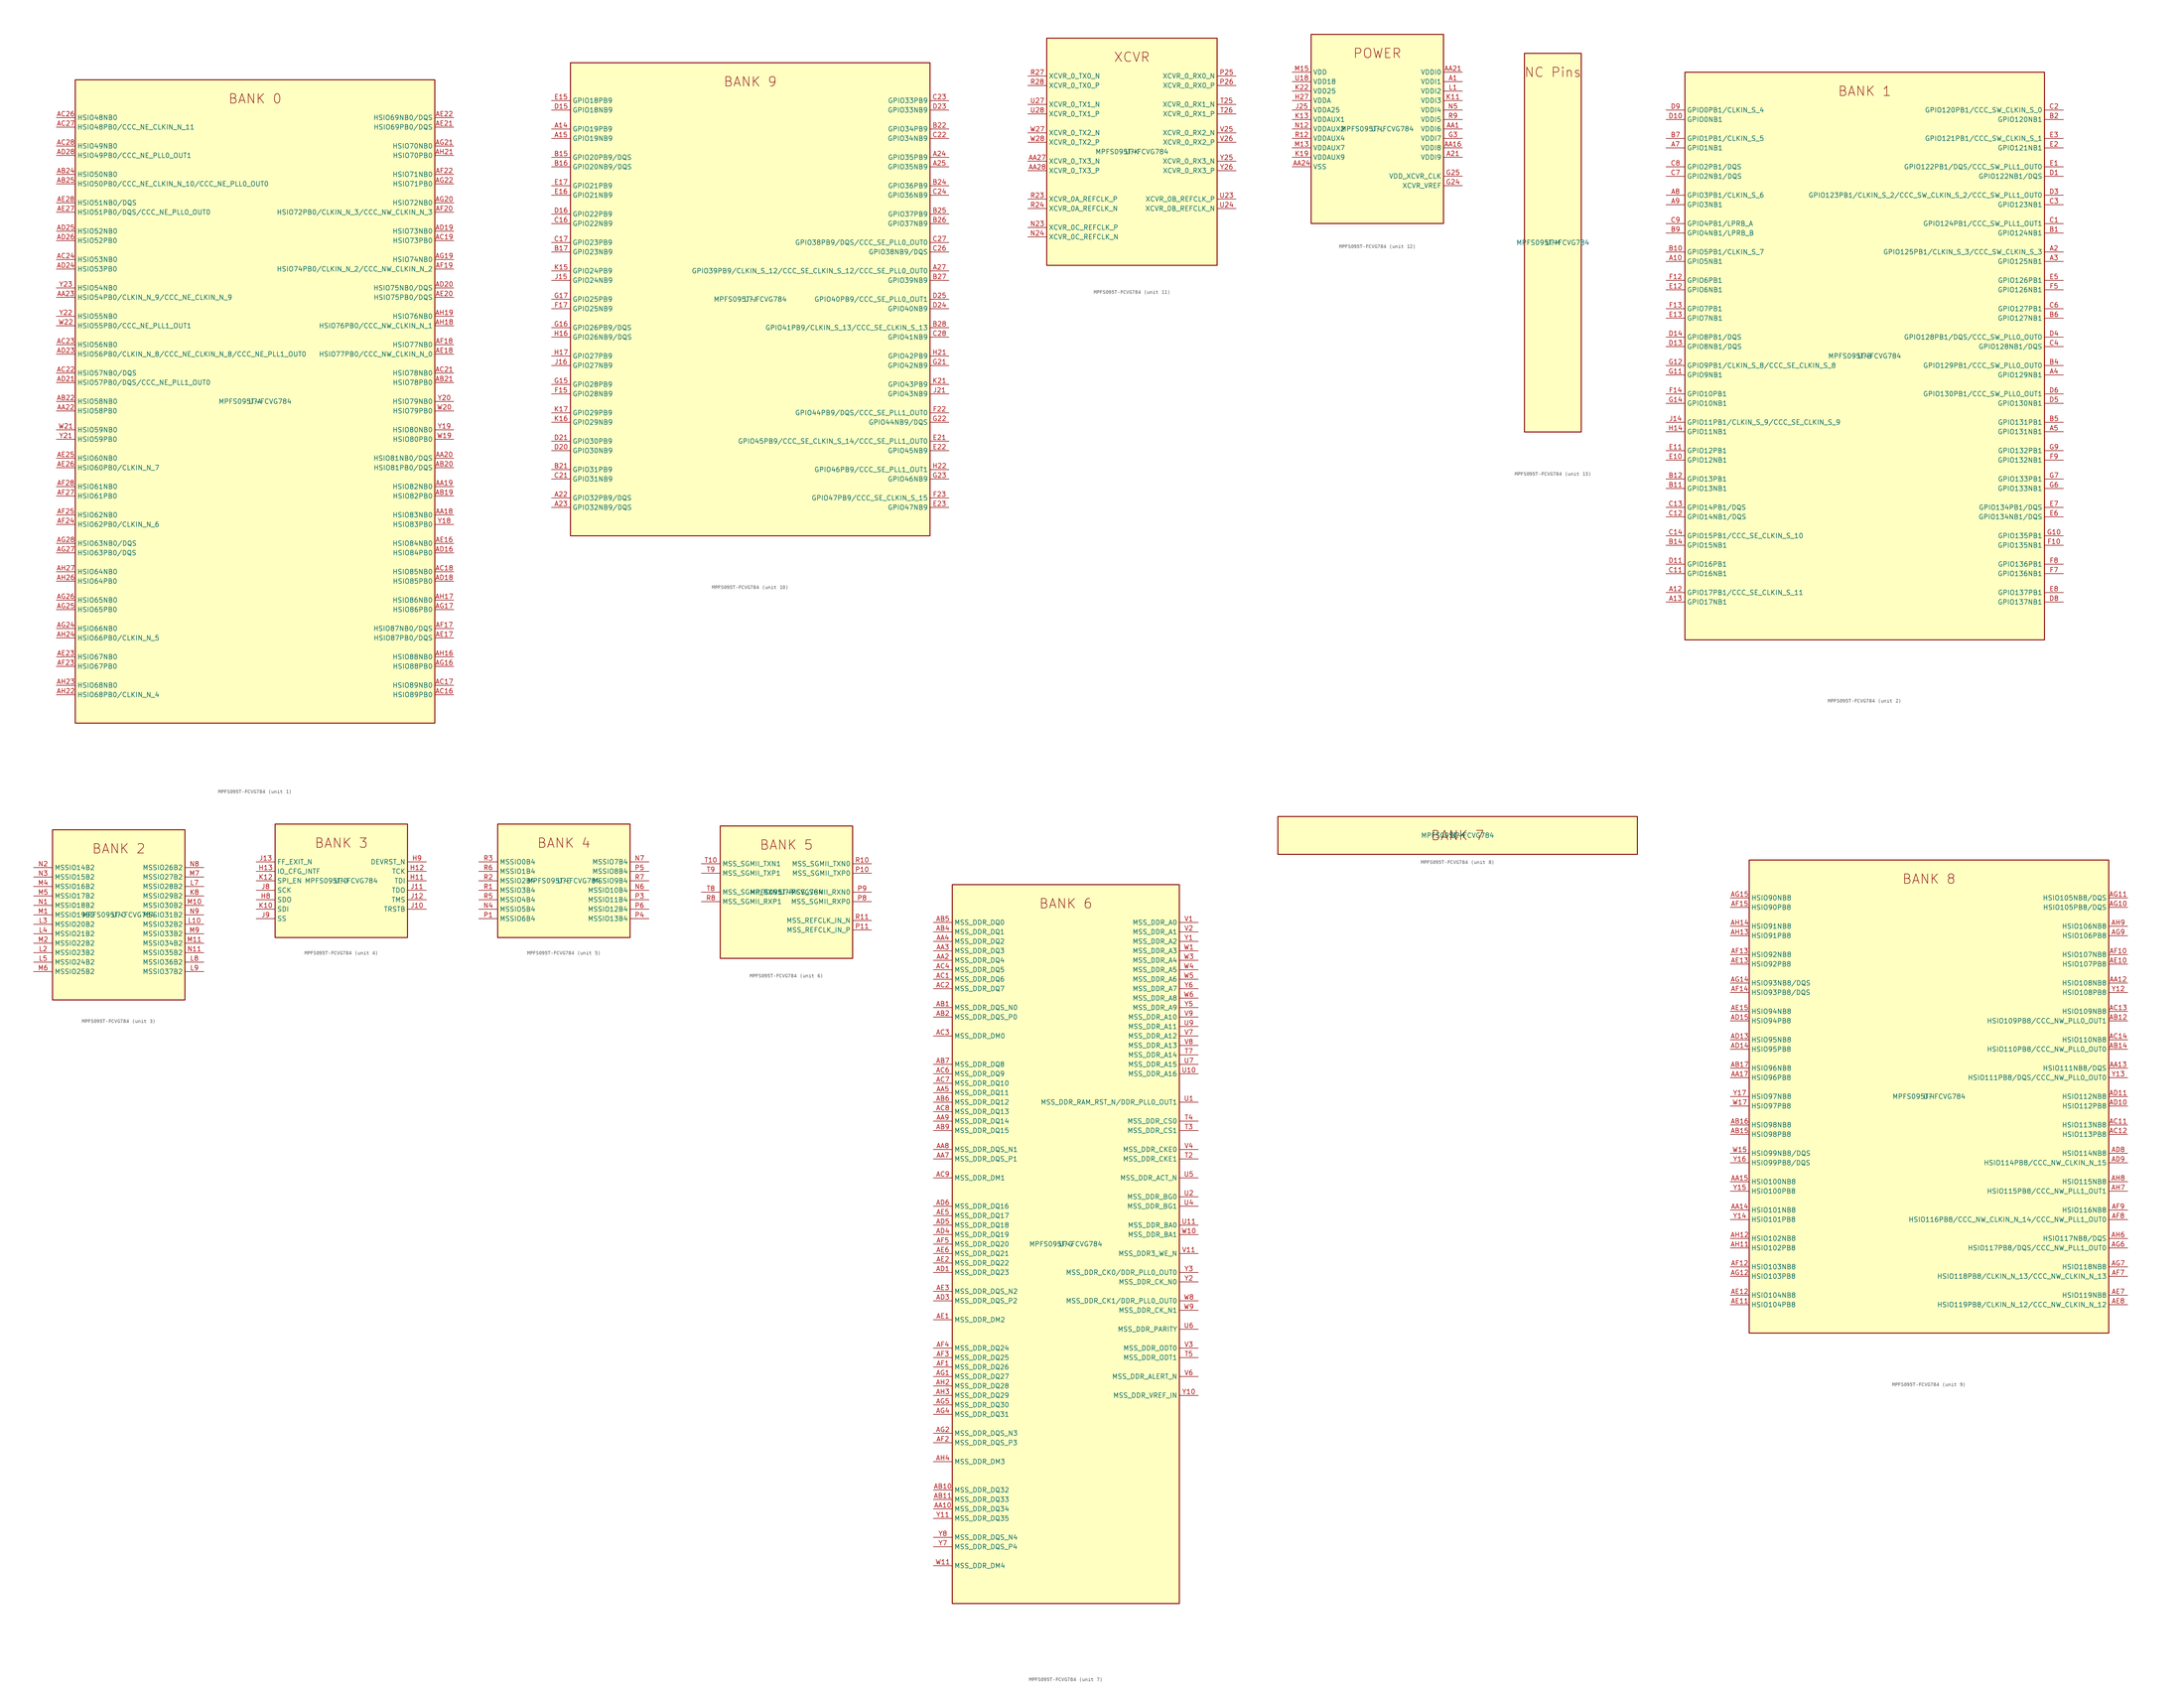
<source format=kicad_sym>
(kicad_symbol_lib
  (version 20211014)
  (generator kicad-library-utils)
  (symbol "MPFS095T-FCVG784"
    (property "Reference" "U"
      (at 0.0 0.0 0.0)
      (effects (font (size 1.27 1.27))))
    (property "Value" "MPFS095T-FCVG784"
      (at 0.0 0.0 0.0)
      (effects (font (size 1.27 1.27))))
    (property "ki_fp_filters" "Package?BGA:FCVG784?23x23mm?Layout28x28?P0.8mm*"
      (at 0.0 0.0 0.0)
      (effects (font (size 1.27 1.27))))
    (symbol "MPFS095T-FCVG784_1_1"
      (text "BANK 0" (at 0.0 81.28 0) (effects (font (size 2.54 2.54))))
      (rectangle (start -48.26 -86.36) (end 48.26 86.36) (stroke (width 0.254)) (fill (type background)))
      (pin bidirectional line (at -53.34 76.2 0) (length 5.08) (name "HSIO48NB0" (effects (font (size 1.27 1.27)))) (number "AC26" (effects (font (size 1.27 1.27)))))
      (pin bidirectional line (at -53.34 73.66 0) (length 5.08) (name "HSIO48PB0/CCC_NE_CLKIN_N_11" (effects (font (size 1.27 1.27)))) (number "AC27" (effects (font (size 1.27 1.27)))))
      (pin bidirectional line (at -53.34 68.58 0) (length 5.08) (name "HSIO49NB0" (effects (font (size 1.27 1.27)))) (number "AC28" (effects (font (size 1.27 1.27)))))
      (pin bidirectional line (at -53.34 66.04 0) (length 5.08) (name "HSIO49PB0/CCC_NE_PLL0_OUT1" (effects (font (size 1.27 1.27)))) (number "AD28" (effects (font (size 1.27 1.27)))))
      (pin bidirectional line (at -53.34 60.96 0) (length 5.08) (name "HSIO50NB0" (effects (font (size 1.27 1.27)))) (number "AB24" (effects (font (size 1.27 1.27)))))
      (pin bidirectional line (at -53.34 58.42 0) (length 5.08) (name "HSIO50PB0/CCC_NE_CLKIN_N_10/CCC_NE_PLL0_OUT0" (effects (font (size 1.27 1.27)))) (number "AB25" (effects (font (size 1.27 1.27)))))
      (pin bidirectional line (at -53.34 53.34 0) (length 5.08) (name "HSIO51NB0/DQS" (effects (font (size 1.27 1.27)))) (number "AE28" (effects (font (size 1.27 1.27)))))
      (pin bidirectional line (at -53.34 50.8 0) (length 5.08) (name "HSIO51PB0/DQS/CCC_NE_PLL0_OUT0" (effects (font (size 1.27 1.27)))) (number "AE27" (effects (font (size 1.27 1.27)))))
      (pin bidirectional line (at -53.34 45.72 0) (length 5.08) (name "HSIO52NB0" (effects (font (size 1.27 1.27)))) (number "AD25" (effects (font (size 1.27 1.27)))))
      (pin bidirectional line (at -53.34 43.18 0) (length 5.08) (name "HSIO52PB0" (effects (font (size 1.27 1.27)))) (number "AD26" (effects (font (size 1.27 1.27)))))
      (pin bidirectional line (at -53.34 38.1 0) (length 5.08) (name "HSIO53NB0" (effects (font (size 1.27 1.27)))) (number "AC24" (effects (font (size 1.27 1.27)))))
      (pin bidirectional line (at -53.34 35.56 0) (length 5.08) (name "HSIO53PB0" (effects (font (size 1.27 1.27)))) (number "AD24" (effects (font (size 1.27 1.27)))))
      (pin bidirectional line (at -53.34 30.48 0) (length 5.08) (name "HSIO54NB0" (effects (font (size 1.27 1.27)))) (number "Y23" (effects (font (size 1.27 1.27)))))
      (pin bidirectional line (at -53.34 27.94 0) (length 5.08) (name "HSIO54PB0/CLKIN_N_9/CCC_NE_CLKIN_N_9" (effects (font (size 1.27 1.27)))) (number "AA23" (effects (font (size 1.27 1.27)))))
      (pin bidirectional line (at -53.34 22.86 0) (length 5.08) (name "HSIO55NB0" (effects (font (size 1.27 1.27)))) (number "Y22" (effects (font (size 1.27 1.27)))))
      (pin bidirectional line (at -53.34 20.32 0) (length 5.08) (name "HSIO55PB0/CCC_NE_PLL1_OUT1" (effects (font (size 1.27 1.27)))) (number "W22" (effects (font (size 1.27 1.27)))))
      (pin bidirectional line (at -53.34 15.24 0) (length 5.08) (name "HSIO56NB0" (effects (font (size 1.27 1.27)))) (number "AC23" (effects (font (size 1.27 1.27)))))
      (pin bidirectional line (at -53.34 12.7 0) (length 5.08) (name "HSIO56PB0/CLKIN_N_8/CCC_NE_CLKIN_N_8/CCC_NE_PLL1_OUT0" (effects (font (size 1.27 1.27)))) (number "AD23" (effects (font (size 1.27 1.27)))))
      (pin bidirectional line (at -53.34 7.62 0) (length 5.08) (name "HSIO57NB0/DQS" (effects (font (size 1.27 1.27)))) (number "AC22" (effects (font (size 1.27 1.27)))))
      (pin bidirectional line (at -53.34 5.08 0) (length 5.08) (name "HSIO57PB0/DQS/CCC_NE_PLL1_OUT0" (effects (font (size 1.27 1.27)))) (number "AD21" (effects (font (size 1.27 1.27)))))
      (pin bidirectional line (at -53.34 0.0 0) (length 5.08) (name "HSIO58NB0" (effects (font (size 1.27 1.27)))) (number "AB22" (effects (font (size 1.27 1.27)))))
      (pin bidirectional line (at -53.34 -2.54 0) (length 5.08) (name "HSIO58PB0" (effects (font (size 1.27 1.27)))) (number "AA22" (effects (font (size 1.27 1.27)))))
      (pin bidirectional line (at -53.34 -7.62 0) (length 5.08) (name "HSIO59NB0" (effects (font (size 1.27 1.27)))) (number "W21" (effects (font (size 1.27 1.27)))))
      (pin bidirectional line (at -53.34 -10.16 0) (length 5.08) (name "HSIO59PB0" (effects (font (size 1.27 1.27)))) (number "Y21" (effects (font (size 1.27 1.27)))))
      (pin bidirectional line (at -53.34 -15.24 0) (length 5.08) (name "HSIO60NB0" (effects (font (size 1.27 1.27)))) (number "AE25" (effects (font (size 1.27 1.27)))))
      (pin bidirectional line (at -53.34 -17.78 0) (length 5.08) (name "HSIO60PB0/CLKIN_N_7" (effects (font (size 1.27 1.27)))) (number "AE26" (effects (font (size 1.27 1.27)))))
      (pin bidirectional line (at -53.34 -22.86 0) (length 5.08) (name "HSIO61NB0" (effects (font (size 1.27 1.27)))) (number "AF28" (effects (font (size 1.27 1.27)))))
      (pin bidirectional line (at -53.34 -25.4 0) (length 5.08) (name "HSIO61PB0" (effects (font (size 1.27 1.27)))) (number "AF27" (effects (font (size 1.27 1.27)))))
      (pin bidirectional line (at -53.34 -30.48 0) (length 5.08) (name "HSIO62NB0" (effects (font (size 1.27 1.27)))) (number "AF25" (effects (font (size 1.27 1.27)))))
      (pin bidirectional line (at -53.34 -33.02 0) (length 5.08) (name "HSIO62PB0/CLKIN_N_6" (effects (font (size 1.27 1.27)))) (number "AF24" (effects (font (size 1.27 1.27)))))
      (pin bidirectional line (at -53.34 -38.1 0) (length 5.08) (name "HSIO63NB0/DQS" (effects (font (size 1.27 1.27)))) (number "AG28" (effects (font (size 1.27 1.27)))))
      (pin bidirectional line (at -53.34 -40.64 0) (length 5.08) (name "HSIO63PB0/DQS" (effects (font (size 1.27 1.27)))) (number "AG27" (effects (font (size 1.27 1.27)))))
      (pin bidirectional line (at -53.34 -45.72 0) (length 5.08) (name "HSIO64NB0" (effects (font (size 1.27 1.27)))) (number "AH27" (effects (font (size 1.27 1.27)))))
      (pin bidirectional line (at -53.34 -48.26 0) (length 5.08) (name "HSIO64PB0" (effects (font (size 1.27 1.27)))) (number "AH26" (effects (font (size 1.27 1.27)))))
      (pin bidirectional line (at -53.34 -53.34 0) (length 5.08) (name "HSIO65NB0" (effects (font (size 1.27 1.27)))) (number "AG26" (effects (font (size 1.27 1.27)))))
      (pin bidirectional line (at -53.34 -55.88 0) (length 5.08) (name "HSIO65PB0" (effects (font (size 1.27 1.27)))) (number "AG25" (effects (font (size 1.27 1.27)))))
      (pin bidirectional line (at -53.34 -60.96 0) (length 5.08) (name "HSIO66NB0" (effects (font (size 1.27 1.27)))) (number "AG24" (effects (font (size 1.27 1.27)))))
      (pin bidirectional line (at -53.34 -63.5 0) (length 5.08) (name "HSIO66PB0/CLKIN_N_5" (effects (font (size 1.27 1.27)))) (number "AH24" (effects (font (size 1.27 1.27)))))
      (pin bidirectional line (at -53.34 -68.58 0) (length 5.08) (name "HSIO67NB0" (effects (font (size 1.27 1.27)))) (number "AE23" (effects (font (size 1.27 1.27)))))
      (pin bidirectional line (at -53.34 -71.12 0) (length 5.08) (name "HSIO67PB0" (effects (font (size 1.27 1.27)))) (number "AF23" (effects (font (size 1.27 1.27)))))
      (pin bidirectional line (at -53.34 -76.2 0) (length 5.08) (name "HSIO68NB0" (effects (font (size 1.27 1.27)))) (number "AH23" (effects (font (size 1.27 1.27)))))
      (pin bidirectional line (at -53.34 -78.74 0) (length 5.08) (name "HSIO68PB0/CLKIN_N_4" (effects (font (size 1.27 1.27)))) (number "AH22" (effects (font (size 1.27 1.27)))))
      (pin bidirectional line (at 53.34 76.2 180) (length 5.08) (name "HSIO69NB0/DQS" (effects (font (size 1.27 1.27)))) (number "AE22" (effects (font (size 1.27 1.27)))))
      (pin bidirectional line (at 53.34 73.66 180) (length 5.08) (name "HSIO69PB0/DQS" (effects (font (size 1.27 1.27)))) (number "AE21" (effects (font (size 1.27 1.27)))))
      (pin bidirectional line (at 53.34 68.58 180) (length 5.08) (name "HSIO70NB0" (effects (font (size 1.27 1.27)))) (number "AG21" (effects (font (size 1.27 1.27)))))
      (pin bidirectional line (at 53.34 66.04 180) (length 5.08) (name "HSIO70PB0" (effects (font (size 1.27 1.27)))) (number "AH21" (effects (font (size 1.27 1.27)))))
      (pin bidirectional line (at 53.34 60.96 180) (length 5.08) (name "HSIO71NB0" (effects (font (size 1.27 1.27)))) (number "AF22" (effects (font (size 1.27 1.27)))))
      (pin bidirectional line (at 53.34 58.42 180) (length 5.08) (name "HSIO71PB0" (effects (font (size 1.27 1.27)))) (number "AG22" (effects (font (size 1.27 1.27)))))
      (pin bidirectional line (at 53.34 53.34 180) (length 5.08) (name "HSIO72NB0" (effects (font (size 1.27 1.27)))) (number "AG20" (effects (font (size 1.27 1.27)))))
      (pin bidirectional line (at 53.34 50.8 180) (length 5.08) (name "HSIO72PB0/CLKIN_N_3/CCC_NW_CLKIN_N_3" (effects (font (size 1.27 1.27)))) (number "AF20" (effects (font (size 1.27 1.27)))))
      (pin bidirectional line (at 53.34 45.72 180) (length 5.08) (name "HSIO73NB0" (effects (font (size 1.27 1.27)))) (number "AD19" (effects (font (size 1.27 1.27)))))
      (pin bidirectional line (at 53.34 43.18 180) (length 5.08) (name "HSIO73PB0" (effects (font (size 1.27 1.27)))) (number "AC19" (effects (font (size 1.27 1.27)))))
      (pin bidirectional line (at 53.34 38.1 180) (length 5.08) (name "HSIO74NB0" (effects (font (size 1.27 1.27)))) (number "AG19" (effects (font (size 1.27 1.27)))))
      (pin bidirectional line (at 53.34 35.56 180) (length 5.08) (name "HSIO74PB0/CLKIN_N_2/CCC_NW_CLKIN_N_2" (effects (font (size 1.27 1.27)))) (number "AF19" (effects (font (size 1.27 1.27)))))
      (pin bidirectional line (at 53.34 30.48 180) (length 5.08) (name "HSIO75NB0/DQS" (effects (font (size 1.27 1.27)))) (number "AD20" (effects (font (size 1.27 1.27)))))
      (pin bidirectional line (at 53.34 27.94 180) (length 5.08) (name "HSIO75PB0/DQS" (effects (font (size 1.27 1.27)))) (number "AE20" (effects (font (size 1.27 1.27)))))
      (pin bidirectional line (at 53.34 22.86 180) (length 5.08) (name "HSIO76NB0" (effects (font (size 1.27 1.27)))) (number "AH19" (effects (font (size 1.27 1.27)))))
      (pin bidirectional line (at 53.34 20.32 180) (length 5.08) (name "HSIO76PB0/CCC_NW_CLKIN_N_1" (effects (font (size 1.27 1.27)))) (number "AH18" (effects (font (size 1.27 1.27)))))
      (pin bidirectional line (at 53.34 15.24 180) (length 5.08) (name "HSIO77NB0" (effects (font (size 1.27 1.27)))) (number "AF18" (effects (font (size 1.27 1.27)))))
      (pin bidirectional line (at 53.34 12.7 180) (length 5.08) (name "HSIO77PB0/CCC_NW_CLKIN_N_0" (effects (font (size 1.27 1.27)))) (number "AE18" (effects (font (size 1.27 1.27)))))
      (pin bidirectional line (at 53.34 7.62 180) (length 5.08) (name "HSIO78NB0" (effects (font (size 1.27 1.27)))) (number "AC21" (effects (font (size 1.27 1.27)))))
      (pin bidirectional line (at 53.34 5.08 180) (length 5.08) (name "HSIO78PB0" (effects (font (size 1.27 1.27)))) (number "AB21" (effects (font (size 1.27 1.27)))))
      (pin bidirectional line (at 53.34 0.0 180) (length 5.08) (name "HSIO79NB0" (effects (font (size 1.27 1.27)))) (number "Y20" (effects (font (size 1.27 1.27)))))
      (pin bidirectional line (at 53.34 -2.54 180) (length 5.08) (name "HSIO79PB0" (effects (font (size 1.27 1.27)))) (number "W20" (effects (font (size 1.27 1.27)))))
      (pin bidirectional line (at 53.34 -7.62 180) (length 5.08) (name "HSIO80NB0" (effects (font (size 1.27 1.27)))) (number "Y19" (effects (font (size 1.27 1.27)))))
      (pin bidirectional line (at 53.34 -10.16 180) (length 5.08) (name "HSIO80PB0" (effects (font (size 1.27 1.27)))) (number "W19" (effects (font (size 1.27 1.27)))))
      (pin bidirectional line (at 53.34 -15.24 180) (length 5.08) (name "HSIO81NB0/DQS" (effects (font (size 1.27 1.27)))) (number "AA20" (effects (font (size 1.27 1.27)))))
      (pin bidirectional line (at 53.34 -17.78 180) (length 5.08) (name "HSIO81PB0/DQS" (effects (font (size 1.27 1.27)))) (number "AB20" (effects (font (size 1.27 1.27)))))
      (pin bidirectional line (at 53.34 -22.86 180) (length 5.08) (name "HSIO82NB0" (effects (font (size 1.27 1.27)))) (number "AA19" (effects (font (size 1.27 1.27)))))
      (pin bidirectional line (at 53.34 -25.4 180) (length 5.08) (name "HSIO82PB0" (effects (font (size 1.27 1.27)))) (number "AB19" (effects (font (size 1.27 1.27)))))
      (pin bidirectional line (at 53.34 -30.48 180) (length 5.08) (name "HSIO83NB0" (effects (font (size 1.27 1.27)))) (number "AA18" (effects (font (size 1.27 1.27)))))
      (pin bidirectional line (at 53.34 -33.02 180) (length 5.08) (name "HSIO83PB0" (effects (font (size 1.27 1.27)))) (number "Y18" (effects (font (size 1.27 1.27)))))
      (pin bidirectional line (at 53.34 -38.1 180) (length 5.08) (name "HSIO84NB0" (effects (font (size 1.27 1.27)))) (number "AE16" (effects (font (size 1.27 1.27)))))
      (pin bidirectional line (at 53.34 -40.64 180) (length 5.08) (name "HSIO84PB0" (effects (font (size 1.27 1.27)))) (number "AD16" (effects (font (size 1.27 1.27)))))
      (pin bidirectional line (at 53.34 -45.72 180) (length 5.08) (name "HSIO85NB0" (effects (font (size 1.27 1.27)))) (number "AC18" (effects (font (size 1.27 1.27)))))
      (pin bidirectional line (at 53.34 -48.26 180) (length 5.08) (name "HSIO85PB0" (effects (font (size 1.27 1.27)))) (number "AD18" (effects (font (size 1.27 1.27)))))
      (pin bidirectional line (at 53.34 -53.34 180) (length 5.08) (name "HSIO86NB0" (effects (font (size 1.27 1.27)))) (number "AH17" (effects (font (size 1.27 1.27)))))
      (pin bidirectional line (at 53.34 -55.88 180) (length 5.08) (name "HSIO86PB0" (effects (font (size 1.27 1.27)))) (number "AG17" (effects (font (size 1.27 1.27)))))
      (pin bidirectional line (at 53.34 -60.96 180) (length 5.08) (name "HSIO87NB0/DQS" (effects (font (size 1.27 1.27)))) (number "AF17" (effects (font (size 1.27 1.27)))))
      (pin bidirectional line (at 53.34 -63.5 180) (length 5.08) (name "HSIO87PB0/DQS" (effects (font (size 1.27 1.27)))) (number "AE17" (effects (font (size 1.27 1.27)))))
      (pin bidirectional line (at 53.34 -68.58 180) (length 5.08) (name "HSIO88NB0" (effects (font (size 1.27 1.27)))) (number "AH16" (effects (font (size 1.27 1.27)))))
      (pin bidirectional line (at 53.34 -71.12 180) (length 5.08) (name "HSIO88PB0" (effects (font (size 1.27 1.27)))) (number "AG16" (effects (font (size 1.27 1.27)))))
      (pin bidirectional line (at 53.34 -76.2 180) (length 5.08) (name "HSIO89NB0" (effects (font (size 1.27 1.27)))) (number "AC17" (effects (font (size 1.27 1.27)))))
      (pin bidirectional line (at 53.34 -78.74 180) (length 5.08) (name "HSIO89PB0" (effects (font (size 1.27 1.27)))) (number "AC16" (effects (font (size 1.27 1.27))))))
    (symbol "MPFS095T-FCVG784_2_1"
      (text "BANK 1" (at 0.0 71.12 0) (effects (font (size 2.54 2.54))))
      (rectangle (start -48.26 -76.2) (end 48.26 76.2) (stroke (width 0.254)) (fill (type background)))
      (pin bidirectional line (at -53.34 66.04 0) (length 5.08) (name "GPIO0PB1/CLKIN_S_4" (effects (font (size 1.27 1.27)))) (number "D9" (effects (font (size 1.27 1.27)))))
      (pin bidirectional line (at -53.34 63.5 0) (length 5.08) (name "GPIO0NB1" (effects (font (size 1.27 1.27)))) (number "D10" (effects (font (size 1.27 1.27)))))
      (pin bidirectional line (at -53.34 58.42 0) (length 5.08) (name "GPIO1PB1/CLKIN_S_5" (effects (font (size 1.27 1.27)))) (number "B7" (effects (font (size 1.27 1.27)))))
      (pin bidirectional line (at -53.34 55.88 0) (length 5.08) (name "GPIO1NB1" (effects (font (size 1.27 1.27)))) (number "A7" (effects (font (size 1.27 1.27)))))
      (pin bidirectional line (at -53.34 50.8 0) (length 5.08) (name "GPIO2PB1/DQS" (effects (font (size 1.27 1.27)))) (number "C8" (effects (font (size 1.27 1.27)))))
      (pin bidirectional line (at -53.34 48.26 0) (length 5.08) (name "GPIO2NB1/DQS" (effects (font (size 1.27 1.27)))) (number "C7" (effects (font (size 1.27 1.27)))))
      (pin bidirectional line (at -53.34 43.18 0) (length 5.08) (name "GPIO3PB1/CLKIN_S_6" (effects (font (size 1.27 1.27)))) (number "A8" (effects (font (size 1.27 1.27)))))
      (pin bidirectional line (at -53.34 40.64 0) (length 5.08) (name "GPIO3NB1" (effects (font (size 1.27 1.27)))) (number "A9" (effects (font (size 1.27 1.27)))))
      (pin bidirectional line (at -53.34 35.56 0) (length 5.08) (name "GPIO4PB1/LPRB_A" (effects (font (size 1.27 1.27)))) (number "C9" (effects (font (size 1.27 1.27)))))
      (pin bidirectional line (at -53.34 33.02 0) (length 5.08) (name "GPIO4NB1/LPRB_B" (effects (font (size 1.27 1.27)))) (number "B9" (effects (font (size 1.27 1.27)))))
      (pin bidirectional line (at -53.34 27.94 0) (length 5.08) (name "GPIO5PB1/CLKIN_S_7" (effects (font (size 1.27 1.27)))) (number "B10" (effects (font (size 1.27 1.27)))))
      (pin bidirectional line (at -53.34 25.4 0) (length 5.08) (name "GPIO5NB1" (effects (font (size 1.27 1.27)))) (number "A10" (effects (font (size 1.27 1.27)))))
      (pin bidirectional line (at -53.34 20.32 0) (length 5.08) (name "GPIO6PB1" (effects (font (size 1.27 1.27)))) (number "F12" (effects (font (size 1.27 1.27)))))
      (pin bidirectional line (at -53.34 17.78 0) (length 5.08) (name "GPIO6NB1" (effects (font (size 1.27 1.27)))) (number "E12" (effects (font (size 1.27 1.27)))))
      (pin bidirectional line (at -53.34 12.7 0) (length 5.08) (name "GPIO7PB1" (effects (font (size 1.27 1.27)))) (number "F13" (effects (font (size 1.27 1.27)))))
      (pin bidirectional line (at -53.34 10.16 0) (length 5.08) (name "GPIO7NB1" (effects (font (size 1.27 1.27)))) (number "E13" (effects (font (size 1.27 1.27)))))
      (pin bidirectional line (at -53.34 5.08 0) (length 5.08) (name "GPIO8PB1/DQS" (effects (font (size 1.27 1.27)))) (number "D14" (effects (font (size 1.27 1.27)))))
      (pin bidirectional line (at -53.34 2.54 0) (length 5.08) (name "GPIO8NB1/DQS" (effects (font (size 1.27 1.27)))) (number "D13" (effects (font (size 1.27 1.27)))))
      (pin bidirectional line (at -53.34 -2.54 0) (length 5.08) (name "GPIO9PB1/CLKIN_S_8/CCC_SE_CLKIN_S_8" (effects (font (size 1.27 1.27)))) (number "G12" (effects (font (size 1.27 1.27)))))
      (pin bidirectional line (at -53.34 -5.08 0) (length 5.08) (name "GPIO9NB1" (effects (font (size 1.27 1.27)))) (number "G11" (effects (font (size 1.27 1.27)))))
      (pin bidirectional line (at -53.34 -10.16 0) (length 5.08) (name "GPIO10PB1" (effects (font (size 1.27 1.27)))) (number "F14" (effects (font (size 1.27 1.27)))))
      (pin bidirectional line (at -53.34 -12.7 0) (length 5.08) (name "GPIO10NB1" (effects (font (size 1.27 1.27)))) (number "G14" (effects (font (size 1.27 1.27)))))
      (pin bidirectional line (at -53.34 -17.78 0) (length 5.08) (name "GPIO11PB1/CLKIN_S_9/CCC_SE_CLKIN_S_9" (effects (font (size 1.27 1.27)))) (number "J14" (effects (font (size 1.27 1.27)))))
      (pin bidirectional line (at -53.34 -20.32 0) (length 5.08) (name "GPIO11NB1" (effects (font (size 1.27 1.27)))) (number "H14" (effects (font (size 1.27 1.27)))))
      (pin bidirectional line (at -53.34 -25.4 0) (length 5.08) (name "GPIO12PB1" (effects (font (size 1.27 1.27)))) (number "E11" (effects (font (size 1.27 1.27)))))
      (pin bidirectional line (at -53.34 -27.94 0) (length 5.08) (name "GPIO12NB1" (effects (font (size 1.27 1.27)))) (number "E10" (effects (font (size 1.27 1.27)))))
      (pin bidirectional line (at -53.34 -33.02 0) (length 5.08) (name "GPIO13PB1" (effects (font (size 1.27 1.27)))) (number "B12" (effects (font (size 1.27 1.27)))))
      (pin bidirectional line (at -53.34 -35.56 0) (length 5.08) (name "GPIO13NB1" (effects (font (size 1.27 1.27)))) (number "B11" (effects (font (size 1.27 1.27)))))
      (pin bidirectional line (at -53.34 -40.64 0) (length 5.08) (name "GPIO14PB1/DQS" (effects (font (size 1.27 1.27)))) (number "C13" (effects (font (size 1.27 1.27)))))
      (pin bidirectional line (at -53.34 -43.18 0) (length 5.08) (name "GPIO14NB1/DQS" (effects (font (size 1.27 1.27)))) (number "C12" (effects (font (size 1.27 1.27)))))
      (pin bidirectional line (at -53.34 -48.26 0) (length 5.08) (name "GPIO15PB1/CCC_SE_CLKIN_S_10" (effects (font (size 1.27 1.27)))) (number "C14" (effects (font (size 1.27 1.27)))))
      (pin bidirectional line (at -53.34 -50.8 0) (length 5.08) (name "GPIO15NB1" (effects (font (size 1.27 1.27)))) (number "B14" (effects (font (size 1.27 1.27)))))
      (pin bidirectional line (at -53.34 -55.88 0) (length 5.08) (name "GPIO16PB1" (effects (font (size 1.27 1.27)))) (number "D11" (effects (font (size 1.27 1.27)))))
      (pin bidirectional line (at -53.34 -58.42 0) (length 5.08) (name "GPIO16NB1" (effects (font (size 1.27 1.27)))) (number "C11" (effects (font (size 1.27 1.27)))))
      (pin bidirectional line (at -53.34 -63.5 0) (length 5.08) (name "GPIO17PB1/CCC_SE_CLKIN_S_11" (effects (font (size 1.27 1.27)))) (number "A12" (effects (font (size 1.27 1.27)))))
      (pin bidirectional line (at -53.34 -66.04 0) (length 5.08) (name "GPIO17NB1" (effects (font (size 1.27 1.27)))) (number "A13" (effects (font (size 1.27 1.27)))))
      (pin bidirectional line (at 53.34 66.04 180) (length 5.08) (name "GPIO120PB1/CCC_SW_CLKIN_S_0" (effects (font (size 1.27 1.27)))) (number "C2" (effects (font (size 1.27 1.27)))))
      (pin bidirectional line (at 53.34 63.5 180) (length 5.08) (name "GPIO120NB1" (effects (font (size 1.27 1.27)))) (number "B2" (effects (font (size 1.27 1.27)))))
      (pin bidirectional line (at 53.34 58.42 180) (length 5.08) (name "GPIO121PB1/CCC_SW_CLKIN_S_1" (effects (font (size 1.27 1.27)))) (number "E3" (effects (font (size 1.27 1.27)))))
      (pin bidirectional line (at 53.34 55.88 180) (length 5.08) (name "GPIO121NB1" (effects (font (size 1.27 1.27)))) (number "E2" (effects (font (size 1.27 1.27)))))
      (pin bidirectional line (at 53.34 50.8 180) (length 5.08) (name "GPIO122PB1/DQS/CCC_SW_PLL1_OUT0" (effects (font (size 1.27 1.27)))) (number "E1" (effects (font (size 1.27 1.27)))))
      (pin bidirectional line (at 53.34 48.26 180) (length 5.08) (name "GPIO122NB1/DQS" (effects (font (size 1.27 1.27)))) (number "D1" (effects (font (size 1.27 1.27)))))
      (pin bidirectional line (at 53.34 43.18 180) (length 5.08) (name "GPIO123PB1/CLKIN_S_2/CCC_SW_CLKIN_S_2/CCC_SW_PLL1_OUT0" (effects (font (size 1.27 1.27)))) (number "D3" (effects (font (size 1.27 1.27)))))
      (pin bidirectional line (at 53.34 40.64 180) (length 5.08) (name "GPIO123NB1" (effects (font (size 1.27 1.27)))) (number "C3" (effects (font (size 1.27 1.27)))))
      (pin bidirectional line (at 53.34 35.56 180) (length 5.08) (name "GPIO124PB1/CCC_SW_PLL1_OUT1" (effects (font (size 1.27 1.27)))) (number "C1" (effects (font (size 1.27 1.27)))))
      (pin bidirectional line (at 53.34 33.02 180) (length 5.08) (name "GPIO124NB1" (effects (font (size 1.27 1.27)))) (number "B1" (effects (font (size 1.27 1.27)))))
      (pin bidirectional line (at 53.34 27.94 180) (length 5.08) (name "GPIO125PB1/CLKIN_S_3/CCC_SW_CLKIN_S_3" (effects (font (size 1.27 1.27)))) (number "A2" (effects (font (size 1.27 1.27)))))
      (pin bidirectional line (at 53.34 25.4 180) (length 5.08) (name "GPIO125NB1" (effects (font (size 1.27 1.27)))) (number "A3" (effects (font (size 1.27 1.27)))))
      (pin bidirectional line (at 53.34 20.32 180) (length 5.08) (name "GPIO126PB1" (effects (font (size 1.27 1.27)))) (number "E5" (effects (font (size 1.27 1.27)))))
      (pin bidirectional line (at 53.34 17.78 180) (length 5.08) (name "GPIO126NB1" (effects (font (size 1.27 1.27)))) (number "F5" (effects (font (size 1.27 1.27)))))
      (pin bidirectional line (at 53.34 12.7 180) (length 5.08) (name "GPIO127PB1" (effects (font (size 1.27 1.27)))) (number "C6" (effects (font (size 1.27 1.27)))))
      (pin bidirectional line (at 53.34 10.16 180) (length 5.08) (name "GPIO127NB1" (effects (font (size 1.27 1.27)))) (number "B6" (effects (font (size 1.27 1.27)))))
      (pin bidirectional line (at 53.34 5.08 180) (length 5.08) (name "GPIO128PB1/DQS/CCC_SW_PLL0_OUT0" (effects (font (size 1.27 1.27)))) (number "D4" (effects (font (size 1.27 1.27)))))
      (pin bidirectional line (at 53.34 2.54 180) (length 5.08) (name "GPIO128NB1/DQS" (effects (font (size 1.27 1.27)))) (number "C4" (effects (font (size 1.27 1.27)))))
      (pin bidirectional line (at 53.34 -2.54 180) (length 5.08) (name "GPIO129PB1/CCC_SW_PLL0_OUT0" (effects (font (size 1.27 1.27)))) (number "B4" (effects (font (size 1.27 1.27)))))
      (pin bidirectional line (at 53.34 -5.08 180) (length 5.08) (name "GPIO129NB1" (effects (font (size 1.27 1.27)))) (number "A4" (effects (font (size 1.27 1.27)))))
      (pin bidirectional line (at 53.34 -10.16 180) (length 5.08) (name "GPIO130PB1/CCC_SW_PLL0_OUT1" (effects (font (size 1.27 1.27)))) (number "D6" (effects (font (size 1.27 1.27)))))
      (pin bidirectional line (at 53.34 -12.7 180) (length 5.08) (name "GPIO130NB1" (effects (font (size 1.27 1.27)))) (number "D5" (effects (font (size 1.27 1.27)))))
      (pin bidirectional line (at 53.34 -17.78 180) (length 5.08) (name "GPIO131PB1" (effects (font (size 1.27 1.27)))) (number "B5" (effects (font (size 1.27 1.27)))))
      (pin bidirectional line (at 53.34 -20.32 180) (length 5.08) (name "GPIO131NB1" (effects (font (size 1.27 1.27)))) (number "A5" (effects (font (size 1.27 1.27)))))
      (pin bidirectional line (at 53.34 -25.4 180) (length 5.08) (name "GPIO132PB1" (effects (font (size 1.27 1.27)))) (number "G9" (effects (font (size 1.27 1.27)))))
      (pin bidirectional line (at 53.34 -27.94 180) (length 5.08) (name "GPIO132NB1" (effects (font (size 1.27 1.27)))) (number "F9" (effects (font (size 1.27 1.27)))))
      (pin bidirectional line (at 53.34 -33.02 180) (length 5.08) (name "GPIO133PB1" (effects (font (size 1.27 1.27)))) (number "G7" (effects (font (size 1.27 1.27)))))
      (pin bidirectional line (at 53.34 -35.56 180) (length 5.08) (name "GPIO133NB1" (effects (font (size 1.27 1.27)))) (number "G6" (effects (font (size 1.27 1.27)))))
      (pin bidirectional line (at 53.34 -40.64 180) (length 5.08) (name "GPIO134PB1/DQS" (effects (font (size 1.27 1.27)))) (number "E7" (effects (font (size 1.27 1.27)))))
      (pin bidirectional line (at 53.34 -43.18 180) (length 5.08) (name "GPIO134NB1/DQS" (effects (font (size 1.27 1.27)))) (number "E6" (effects (font (size 1.27 1.27)))))
      (pin bidirectional line (at 53.34 -48.26 180) (length 5.08) (name "GPIO135PB1" (effects (font (size 1.27 1.27)))) (number "G10" (effects (font (size 1.27 1.27)))))
      (pin bidirectional line (at 53.34 -50.8 180) (length 5.08) (name "GPIO135NB1" (effects (font (size 1.27 1.27)))) (number "F10" (effects (font (size 1.27 1.27)))))
      (pin bidirectional line (at 53.34 -55.88 180) (length 5.08) (name "GPIO136PB1" (effects (font (size 1.27 1.27)))) (number "F8" (effects (font (size 1.27 1.27)))))
      (pin bidirectional line (at 53.34 -58.42 180) (length 5.08) (name "GPIO136NB1" (effects (font (size 1.27 1.27)))) (number "F7" (effects (font (size 1.27 1.27)))))
      (pin bidirectional line (at 53.34 -63.5 180) (length 5.08) (name "GPIO137PB1" (effects (font (size 1.27 1.27)))) (number "E8" (effects (font (size 1.27 1.27)))))
      (pin bidirectional line (at 53.34 -66.04 180) (length 5.08) (name "GPIO137NB1" (effects (font (size 1.27 1.27)))) (number "D8" (effects (font (size 1.27 1.27))))))
    (symbol "MPFS095T-FCVG784_3_1"
      (text "BANK 2" (at 0.0 17.78 0) (effects (font (size 2.54 2.54))))
      (rectangle (start -17.78 -22.86) (end 17.78 22.86) (stroke (width 0.254)) (fill (type background)))
      (pin bidirectional line (at -22.86 12.7 0) (length 5.08) (name "MSSIO14B2" (effects (font (size 1.27 1.27)))) (number "N2" (effects (font (size 1.27 1.27)))))
      (pin bidirectional line (at -22.86 10.16 0) (length 5.08) (name "MSSIO15B2" (effects (font (size 1.27 1.27)))) (number "N3" (effects (font (size 1.27 1.27)))))
      (pin bidirectional line (at -22.86 7.62 0) (length 5.08) (name "MSSIO16B2" (effects (font (size 1.27 1.27)))) (number "M4" (effects (font (size 1.27 1.27)))))
      (pin bidirectional line (at -22.86 5.08 0) (length 5.08) (name "MSSIO17B2" (effects (font (size 1.27 1.27)))) (number "M5" (effects (font (size 1.27 1.27)))))
      (pin bidirectional line (at -22.86 2.54 0) (length 5.08) (name "MSSIO18B2" (effects (font (size 1.27 1.27)))) (number "N1" (effects (font (size 1.27 1.27)))))
      (pin bidirectional line (at -22.86 0.0 0) (length 5.08) (name "MSSIO19B2" (effects (font (size 1.27 1.27)))) (number "M1" (effects (font (size 1.27 1.27)))))
      (pin bidirectional line (at -22.86 -2.54 0) (length 5.08) (name "MSSIO20B2" (effects (font (size 1.27 1.27)))) (number "L3" (effects (font (size 1.27 1.27)))))
      (pin bidirectional line (at -22.86 -5.08 0) (length 5.08) (name "MSSIO21B2" (effects (font (size 1.27 1.27)))) (number "L4" (effects (font (size 1.27 1.27)))))
      (pin bidirectional line (at -22.86 -7.62 0) (length 5.08) (name "MSSIO22B2" (effects (font (size 1.27 1.27)))) (number "M2" (effects (font (size 1.27 1.27)))))
      (pin bidirectional line (at -22.86 -10.16 0) (length 5.08) (name "MSSIO23B2" (effects (font (size 1.27 1.27)))) (number "L2" (effects (font (size 1.27 1.27)))))
      (pin bidirectional line (at -22.86 -12.7 0) (length 5.08) (name "MSSIO24B2" (effects (font (size 1.27 1.27)))) (number "L5" (effects (font (size 1.27 1.27)))))
      (pin bidirectional line (at -22.86 -15.24 0) (length 5.08) (name "MSSIO25B2" (effects (font (size 1.27 1.27)))) (number "M6" (effects (font (size 1.27 1.27)))))
      (pin bidirectional line (at 22.86 12.7 180) (length 5.08) (name "MSSIO26B2" (effects (font (size 1.27 1.27)))) (number "N8" (effects (font (size 1.27 1.27)))))
      (pin bidirectional line (at 22.86 10.16 180) (length 5.08) (name "MSSIO27B2" (effects (font (size 1.27 1.27)))) (number "M7" (effects (font (size 1.27 1.27)))))
      (pin bidirectional line (at 22.86 7.62 180) (length 5.08) (name "MSSIO28B2" (effects (font (size 1.27 1.27)))) (number "L7" (effects (font (size 1.27 1.27)))))
      (pin bidirectional line (at 22.86 5.08 180) (length 5.08) (name "MSSIO29B2" (effects (font (size 1.27 1.27)))) (number "K8" (effects (font (size 1.27 1.27)))))
      (pin bidirectional line (at 22.86 2.54 180) (length 5.08) (name "MSSIO30B2" (effects (font (size 1.27 1.27)))) (number "M10" (effects (font (size 1.27 1.27)))))
      (pin bidirectional line (at 22.86 0.0 180) (length 5.08) (name "MSSIO31B2" (effects (font (size 1.27 1.27)))) (number "N9" (effects (font (size 1.27 1.27)))))
      (pin bidirectional line (at 22.86 -2.54 180) (length 5.08) (name "MSSIO32B2" (effects (font (size 1.27 1.27)))) (number "L10" (effects (font (size 1.27 1.27)))))
      (pin bidirectional line (at 22.86 -5.08 180) (length 5.08) (name "MSSIO33B2" (effects (font (size 1.27 1.27)))) (number "M9" (effects (font (size 1.27 1.27)))))
      (pin bidirectional line (at 22.86 -7.62 180) (length 5.08) (name "MSSIO34B2" (effects (font (size 1.27 1.27)))) (number "M11" (effects (font (size 1.27 1.27)))))
      (pin bidirectional line (at 22.86 -10.16 180) (length 5.08) (name "MSSIO35B2" (effects (font (size 1.27 1.27)))) (number "N11" (effects (font (size 1.27 1.27)))))
      (pin bidirectional line (at 22.86 -12.7 180) (length 5.08) (name "MSSIO36B2" (effects (font (size 1.27 1.27)))) (number "L8" (effects (font (size 1.27 1.27)))))
      (pin bidirectional line (at 22.86 -15.24 180) (length 5.08) (name "MSSIO37B2" (effects (font (size 1.27 1.27)))) (number "L9" (effects (font (size 1.27 1.27))))))
    (symbol "MPFS095T-FCVG784_4_1"
      (text "BANK 3" (at 0.0 10.16 0) (effects (font (size 2.54 2.54))))
      (rectangle (start -17.78 -15.24) (end 17.78 15.24) (stroke (width 0.254)) (fill (type background)))
      (pin input line (at -22.86 5.08 0) (length 5.08) (name "FF_EXIT_N" (effects (font (size 1.27 1.27)))) (number "J13" (effects (font (size 1.27 1.27)))))
      (pin input line (at -22.86 2.54 0) (length 5.08) (name "IO_CFG_INTF" (effects (font (size 1.27 1.27)))) (number "H13" (effects (font (size 1.27 1.27)))))
      (pin input line (at -22.86 0.0 0) (length 5.08) (name "SPI_EN" (effects (font (size 1.27 1.27)))) (number "K12" (effects (font (size 1.27 1.27)))))
      (pin bidirectional line (at -22.86 -2.54 0) (length 5.08) (name "SCK" (effects (font (size 1.27 1.27)))) (number "J8" (effects (font (size 1.27 1.27)))))
      (pin output line (at -22.86 -5.08 0) (length 5.08) (name "SDO" (effects (font (size 1.27 1.27)))) (number "H8" (effects (font (size 1.27 1.27)))))
      (pin input line (at -22.86 -7.62 0) (length 5.08) (name "SDI" (effects (font (size 1.27 1.27)))) (number "K10" (effects (font (size 1.27 1.27)))))
      (pin bidirectional line (at -22.86 -10.16 0) (length 5.08) (name "SS" (effects (font (size 1.27 1.27)))) (number "J9" (effects (font (size 1.27 1.27)))))
      (pin input line (at 22.86 5.08 180) (length 5.08) (name "DEVRST_N" (effects (font (size 1.27 1.27)))) (number "H9" (effects (font (size 1.27 1.27)))))
      (pin input line (at 22.86 2.54 180) (length 5.08) (name "TCK" (effects (font (size 1.27 1.27)))) (number "H12" (effects (font (size 1.27 1.27)))))
      (pin input line (at 22.86 0.0 180) (length 5.08) (name "TDI" (effects (font (size 1.27 1.27)))) (number "H11" (effects (font (size 1.27 1.27)))))
      (pin output line (at 22.86 -2.54 180) (length 5.08) (name "TDO" (effects (font (size 1.27 1.27)))) (number "J11" (effects (font (size 1.27 1.27)))))
      (pin input line (at 22.86 -5.08 180) (length 5.08) (name "TMS" (effects (font (size 1.27 1.27)))) (number "J12" (effects (font (size 1.27 1.27)))))
      (pin input line (at 22.86 -7.62 180) (length 5.08) (name "TRSTB" (effects (font (size 1.27 1.27)))) (number "J10" (effects (font (size 1.27 1.27))))))
    (symbol "MPFS095T-FCVG784_5_1"
      (text "BANK 4" (at 0.0 10.16 0) (effects (font (size 2.54 2.54))))
      (rectangle (start -17.78 -15.24) (end 17.78 15.24) (stroke (width 0.254)) (fill (type background)))
      (pin bidirectional line (at -22.86 5.08 0) (length 5.08) (name "MSSIO0B4" (effects (font (size 1.27 1.27)))) (number "R3" (effects (font (size 1.27 1.27)))))
      (pin bidirectional line (at -22.86 2.54 0) (length 5.08) (name "MSSIO1B4" (effects (font (size 1.27 1.27)))) (number "R6" (effects (font (size 1.27 1.27)))))
      (pin bidirectional line (at -22.86 0.0 0) (length 5.08) (name "MSSIO2B4" (effects (font (size 1.27 1.27)))) (number "R2" (effects (font (size 1.27 1.27)))))
      (pin bidirectional line (at -22.86 -2.54 0) (length 5.08) (name "MSSIO3B4" (effects (font (size 1.27 1.27)))) (number "R1" (effects (font (size 1.27 1.27)))))
      (pin bidirectional line (at -22.86 -5.08 0) (length 5.08) (name "MSSIO4B4" (effects (font (size 1.27 1.27)))) (number "R5" (effects (font (size 1.27 1.27)))))
      (pin bidirectional line (at -22.86 -7.62 0) (length 5.08) (name "MSSIO5B4" (effects (font (size 1.27 1.27)))) (number "N4" (effects (font (size 1.27 1.27)))))
      (pin bidirectional line (at -22.86 -10.16 0) (length 5.08) (name "MSSIO6B4" (effects (font (size 1.27 1.27)))) (number "P1" (effects (font (size 1.27 1.27)))))
      (pin bidirectional line (at 22.86 5.08 180) (length 5.08) (name "MSSIO7B4" (effects (font (size 1.27 1.27)))) (number "N7" (effects (font (size 1.27 1.27)))))
      (pin bidirectional line (at 22.86 2.54 180) (length 5.08) (name "MSSIO8B4" (effects (font (size 1.27 1.27)))) (number "P5" (effects (font (size 1.27 1.27)))))
      (pin bidirectional line (at 22.86 0.0 180) (length 5.08) (name "MSSIO9B4" (effects (font (size 1.27 1.27)))) (number "R7" (effects (font (size 1.27 1.27)))))
      (pin bidirectional line (at 22.86 -2.54 180) (length 5.08) (name "MSSIO10B4" (effects (font (size 1.27 1.27)))) (number "N6" (effects (font (size 1.27 1.27)))))
      (pin bidirectional line (at 22.86 -5.08 180) (length 5.08) (name "MSSIO11B4" (effects (font (size 1.27 1.27)))) (number "P3" (effects (font (size 1.27 1.27)))))
      (pin bidirectional line (at 22.86 -7.62 180) (length 5.08) (name "MSSIO12B4" (effects (font (size 1.27 1.27)))) (number "P6" (effects (font (size 1.27 1.27)))))
      (pin bidirectional line (at 22.86 -10.16 180) (length 5.08) (name "MSSIO13B4" (effects (font (size 1.27 1.27)))) (number "P4" (effects (font (size 1.27 1.27))))))
    (symbol "MPFS095T-FCVG784_6_1"
      (text "BANK 5" (at 0.0 12.7 0) (effects (font (size 2.54 2.54))))
      (rectangle (start -17.78 -17.78) (end 17.78 17.78) (stroke (width 0.254)) (fill (type background)))
      (pin bidirectional line (at -22.86 7.62 0) (length 5.08) (name "MSS_SGMII_TXN1" (effects (font (size 1.27 1.27)))) (number "T10" (effects (font (size 1.27 1.27)))))
      (pin bidirectional line (at -22.86 5.08 0) (length 5.08) (name "MSS_SGMII_TXP1" (effects (font (size 1.27 1.27)))) (number "T9" (effects (font (size 1.27 1.27)))))
      (pin bidirectional line (at -22.86 0.0 0) (length 5.08) (name "MSS_SGMII_RXN1" (effects (font (size 1.27 1.27)))) (number "T8" (effects (font (size 1.27 1.27)))))
      (pin bidirectional line (at -22.86 -2.54 0) (length 5.08) (name "MSS_SGMII_RXP1" (effects (font (size 1.27 1.27)))) (number "R8" (effects (font (size 1.27 1.27)))))
      (pin bidirectional line (at 22.86 7.62 180) (length 5.08) (name "MSS_SGMII_TXN0" (effects (font (size 1.27 1.27)))) (number "R10" (effects (font (size 1.27 1.27)))))
      (pin bidirectional line (at 22.86 5.08 180) (length 5.08) (name "MSS_SGMII_TXP0" (effects (font (size 1.27 1.27)))) (number "P10" (effects (font (size 1.27 1.27)))))
      (pin bidirectional line (at 22.86 0.0 180) (length 5.08) (name "MSS_SGMII_RXN0" (effects (font (size 1.27 1.27)))) (number "P9" (effects (font (size 1.27 1.27)))))
      (pin bidirectional line (at 22.86 -2.54 180) (length 5.08) (name "MSS_SGMII_RXP0" (effects (font (size 1.27 1.27)))) (number "P8" (effects (font (size 1.27 1.27)))))
      (pin bidirectional line (at 22.86 -7.62 180) (length 5.08) (name "MSS_REFCLK_IN_N" (effects (font (size 1.27 1.27)))) (number "R11" (effects (font (size 1.27 1.27)))))
      (pin bidirectional line (at 22.86 -10.16 180) (length 5.08) (name "MSS_REFCLK_IN_P" (effects (font (size 1.27 1.27)))) (number "P11" (effects (font (size 1.27 1.27))))))
    (symbol "MPFS095T-FCVG784_7_1"
      (text "BANK 6" (at 0.0 91.44 0) (effects (font (size 2.54 2.54))))
      (rectangle (start -30.48 -96.52) (end 30.48 96.52) (stroke (width 0.254)) (fill (type background)))
      (pin bidirectional line (at -35.56 86.36 0) (length 5.08) (name "MSS_DDR_DQ0" (effects (font (size 1.27 1.27)))) (number "AB5" (effects (font (size 1.27 1.27)))))
      (pin bidirectional line (at -35.56 83.82 0) (length 5.08) (name "MSS_DDR_DQ1" (effects (font (size 1.27 1.27)))) (number "AB4" (effects (font (size 1.27 1.27)))))
      (pin bidirectional line (at -35.56 81.28 0) (length 5.08) (name "MSS_DDR_DQ2" (effects (font (size 1.27 1.27)))) (number "AA4" (effects (font (size 1.27 1.27)))))
      (pin bidirectional line (at -35.56 78.74 0) (length 5.08) (name "MSS_DDR_DQ3" (effects (font (size 1.27 1.27)))) (number "AA3" (effects (font (size 1.27 1.27)))))
      (pin bidirectional line (at -35.56 76.2 0) (length 5.08) (name "MSS_DDR_DQ4" (effects (font (size 1.27 1.27)))) (number "AA2" (effects (font (size 1.27 1.27)))))
      (pin bidirectional line (at -35.56 73.66 0) (length 5.08) (name "MSS_DDR_DQ5" (effects (font (size 1.27 1.27)))) (number "AC4" (effects (font (size 1.27 1.27)))))
      (pin bidirectional line (at -35.56 71.12 0) (length 5.08) (name "MSS_DDR_DQ6" (effects (font (size 1.27 1.27)))) (number "AC1" (effects (font (size 1.27 1.27)))))
      (pin bidirectional line (at -35.56 68.58 0) (length 5.08) (name "MSS_DDR_DQ7" (effects (font (size 1.27 1.27)))) (number "AC2" (effects (font (size 1.27 1.27)))))
      (pin bidirectional line (at -35.56 63.5 0) (length 5.08) (name "MSS_DDR_DQS_N0" (effects (font (size 1.27 1.27)))) (number "AB1" (effects (font (size 1.27 1.27)))))
      (pin bidirectional line (at -35.56 60.96 0) (length 5.08) (name "MSS_DDR_DQS_P0" (effects (font (size 1.27 1.27)))) (number "AB2" (effects (font (size 1.27 1.27)))))
      (pin bidirectional line (at -35.56 55.88 0) (length 5.08) (name "MSS_DDR_DM0" (effects (font (size 1.27 1.27)))) (number "AC3" (effects (font (size 1.27 1.27)))))
      (pin bidirectional line (at -35.56 48.26 0) (length 5.08) (name "MSS_DDR_DQ8" (effects (font (size 1.27 1.27)))) (number "AB7" (effects (font (size 1.27 1.27)))))
      (pin bidirectional line (at -35.56 45.72 0) (length 5.08) (name "MSS_DDR_DQ9" (effects (font (size 1.27 1.27)))) (number "AC6" (effects (font (size 1.27 1.27)))))
      (pin bidirectional line (at -35.56 43.18 0) (length 5.08) (name "MSS_DDR_DQ10" (effects (font (size 1.27 1.27)))) (number "AC7" (effects (font (size 1.27 1.27)))))
      (pin bidirectional line (at -35.56 40.64 0) (length 5.08) (name "MSS_DDR_DQ11" (effects (font (size 1.27 1.27)))) (number "AA5" (effects (font (size 1.27 1.27)))))
      (pin bidirectional line (at -35.56 38.1 0) (length 5.08) (name "MSS_DDR_DQ12" (effects (font (size 1.27 1.27)))) (number "AB6" (effects (font (size 1.27 1.27)))))
      (pin bidirectional line (at -35.56 35.56 0) (length 5.08) (name "MSS_DDR_DQ13" (effects (font (size 1.27 1.27)))) (number "AC8" (effects (font (size 1.27 1.27)))))
      (pin bidirectional line (at -35.56 33.02 0) (length 5.08) (name "MSS_DDR_DQ14" (effects (font (size 1.27 1.27)))) (number "AA9" (effects (font (size 1.27 1.27)))))
      (pin bidirectional line (at -35.56 30.48 0) (length 5.08) (name "MSS_DDR_DQ15" (effects (font (size 1.27 1.27)))) (number "AB9" (effects (font (size 1.27 1.27)))))
      (pin bidirectional line (at -35.56 25.4 0) (length 5.08) (name "MSS_DDR_DQS_N1" (effects (font (size 1.27 1.27)))) (number "AA8" (effects (font (size 1.27 1.27)))))
      (pin bidirectional line (at -35.56 22.86 0) (length 5.08) (name "MSS_DDR_DQS_P1" (effects (font (size 1.27 1.27)))) (number "AA7" (effects (font (size 1.27 1.27)))))
      (pin bidirectional line (at -35.56 17.78 0) (length 5.08) (name "MSS_DDR_DM1" (effects (font (size 1.27 1.27)))) (number "AC9" (effects (font (size 1.27 1.27)))))
      (pin bidirectional line (at -35.56 10.16 0) (length 5.08) (name "MSS_DDR_DQ16" (effects (font (size 1.27 1.27)))) (number "AD6" (effects (font (size 1.27 1.27)))))
      (pin bidirectional line (at -35.56 7.62 0) (length 5.08) (name "MSS_DDR_DQ17" (effects (font (size 1.27 1.27)))) (number "AE5" (effects (font (size 1.27 1.27)))))
      (pin bidirectional line (at -35.56 5.08 0) (length 5.08) (name "MSS_DDR_DQ18" (effects (font (size 1.27 1.27)))) (number "AD5" (effects (font (size 1.27 1.27)))))
      (pin bidirectional line (at -35.56 2.54 0) (length 5.08) (name "MSS_DDR_DQ19" (effects (font (size 1.27 1.27)))) (number "AD4" (effects (font (size 1.27 1.27)))))
      (pin bidirectional line (at -35.56 0.0 0) (length 5.08) (name "MSS_DDR_DQ20" (effects (font (size 1.27 1.27)))) (number "AF5" (effects (font (size 1.27 1.27)))))
      (pin bidirectional line (at -35.56 -2.54 0) (length 5.08) (name "MSS_DDR_DQ21" (effects (font (size 1.27 1.27)))) (number "AE6" (effects (font (size 1.27 1.27)))))
      (pin bidirectional line (at -35.56 -5.08 0) (length 5.08) (name "MSS_DDR_DQ22" (effects (font (size 1.27 1.27)))) (number "AE2" (effects (font (size 1.27 1.27)))))
      (pin bidirectional line (at -35.56 -7.62 0) (length 5.08) (name "MSS_DDR_DQ23" (effects (font (size 1.27 1.27)))) (number "AD1" (effects (font (size 1.27 1.27)))))
      (pin bidirectional line (at -35.56 -12.7 0) (length 5.08) (name "MSS_DDR_DQS_N2" (effects (font (size 1.27 1.27)))) (number "AE3" (effects (font (size 1.27 1.27)))))
      (pin bidirectional line (at -35.56 -15.24 0) (length 5.08) (name "MSS_DDR_DQS_P2" (effects (font (size 1.27 1.27)))) (number "AD3" (effects (font (size 1.27 1.27)))))
      (pin bidirectional line (at -35.56 -20.32 0) (length 5.08) (name "MSS_DDR_DM2" (effects (font (size 1.27 1.27)))) (number "AE1" (effects (font (size 1.27 1.27)))))
      (pin bidirectional line (at -35.56 -27.94 0) (length 5.08) (name "MSS_DDR_DQ24" (effects (font (size 1.27 1.27)))) (number "AF4" (effects (font (size 1.27 1.27)))))
      (pin bidirectional line (at -35.56 -30.48 0) (length 5.08) (name "MSS_DDR_DQ25" (effects (font (size 1.27 1.27)))) (number "AF3" (effects (font (size 1.27 1.27)))))
      (pin bidirectional line (at -35.56 -33.02 0) (length 5.08) (name "MSS_DDR_DQ26" (effects (font (size 1.27 1.27)))) (number "AF1" (effects (font (size 1.27 1.27)))))
      (pin bidirectional line (at -35.56 -35.56 0) (length 5.08) (name "MSS_DDR_DQ27" (effects (font (size 1.27 1.27)))) (number "AG1" (effects (font (size 1.27 1.27)))))
      (pin bidirectional line (at -35.56 -38.1 0) (length 5.08) (name "MSS_DDR_DQ28" (effects (font (size 1.27 1.27)))) (number "AH2" (effects (font (size 1.27 1.27)))))
      (pin bidirectional line (at -35.56 -40.64 0) (length 5.08) (name "MSS_DDR_DQ29" (effects (font (size 1.27 1.27)))) (number "AH3" (effects (font (size 1.27 1.27)))))
      (pin bidirectional line (at -35.56 -43.18 0) (length 5.08) (name "MSS_DDR_DQ30" (effects (font (size 1.27 1.27)))) (number "AG5" (effects (font (size 1.27 1.27)))))
      (pin bidirectional line (at -35.56 -45.72 0) (length 5.08) (name "MSS_DDR_DQ31" (effects (font (size 1.27 1.27)))) (number "AG4" (effects (font (size 1.27 1.27)))))
      (pin bidirectional line (at -35.56 -50.8 0) (length 5.08) (name "MSS_DDR_DQS_N3" (effects (font (size 1.27 1.27)))) (number "AG2" (effects (font (size 1.27 1.27)))))
      (pin bidirectional line (at -35.56 -53.34 0) (length 5.08) (name "MSS_DDR_DQS_P3" (effects (font (size 1.27 1.27)))) (number "AF2" (effects (font (size 1.27 1.27)))))
      (pin bidirectional line (at -35.56 -58.42 0) (length 5.08) (name "MSS_DDR_DM3" (effects (font (size 1.27 1.27)))) (number "AH4" (effects (font (size 1.27 1.27)))))
      (pin bidirectional line (at -35.56 -66.04 0) (length 5.08) (name "MSS_DDR_DQ32" (effects (font (size 1.27 1.27)))) (number "AB10" (effects (font (size 1.27 1.27)))))
      (pin bidirectional line (at -35.56 -68.58 0) (length 5.08) (name "MSS_DDR_DQ33" (effects (font (size 1.27 1.27)))) (number "AB11" (effects (font (size 1.27 1.27)))))
      (pin bidirectional line (at -35.56 -71.12 0) (length 5.08) (name "MSS_DDR_DQ34" (effects (font (size 1.27 1.27)))) (number "AA10" (effects (font (size 1.27 1.27)))))
      (pin bidirectional line (at -35.56 -73.66 0) (length 5.08) (name "MSS_DDR_DQ35" (effects (font (size 1.27 1.27)))) (number "Y11" (effects (font (size 1.27 1.27)))))
      (pin bidirectional line (at -35.56 -78.74 0) (length 5.08) (name "MSS_DDR_DQS_N4" (effects (font (size 1.27 1.27)))) (number "Y8" (effects (font (size 1.27 1.27)))))
      (pin bidirectional line (at -35.56 -81.28 0) (length 5.08) (name "MSS_DDR_DQS_P4" (effects (font (size 1.27 1.27)))) (number "Y7" (effects (font (size 1.27 1.27)))))
      (pin bidirectional line (at -35.56 -86.36 0) (length 5.08) (name "MSS_DDR_DM4" (effects (font (size 1.27 1.27)))) (number "W11" (effects (font (size 1.27 1.27)))))
      (pin bidirectional line (at 35.56 86.36 180) (length 5.08) (name "MSS_DDR_A0" (effects (font (size 1.27 1.27)))) (number "V1" (effects (font (size 1.27 1.27)))))
      (pin bidirectional line (at 35.56 83.82 180) (length 5.08) (name "MSS_DDR_A1" (effects (font (size 1.27 1.27)))) (number "V2" (effects (font (size 1.27 1.27)))))
      (pin bidirectional line (at 35.56 81.28 180) (length 5.08) (name "MSS_DDR_A2" (effects (font (size 1.27 1.27)))) (number "Y1" (effects (font (size 1.27 1.27)))))
      (pin bidirectional line (at 35.56 78.74 180) (length 5.08) (name "MSS_DDR_A3" (effects (font (size 1.27 1.27)))) (number "W1" (effects (font (size 1.27 1.27)))))
      (pin bidirectional line (at 35.56 76.2 180) (length 5.08) (name "MSS_DDR_A4" (effects (font (size 1.27 1.27)))) (number "W3" (effects (font (size 1.27 1.27)))))
      (pin bidirectional line (at 35.56 73.66 180) (length 5.08) (name "MSS_DDR_A5" (effects (font (size 1.27 1.27)))) (number "W4" (effects (font (size 1.27 1.27)))))
      (pin bidirectional line (at 35.56 71.12 180) (length 5.08) (name "MSS_DDR_A6" (effects (font (size 1.27 1.27)))) (number "W5" (effects (font (size 1.27 1.27)))))
      (pin bidirectional line (at 35.56 68.58 180) (length 5.08) (name "MSS_DDR_A7" (effects (font (size 1.27 1.27)))) (number "Y6" (effects (font (size 1.27 1.27)))))
      (pin bidirectional line (at 35.56 66.04 180) (length 5.08) (name "MSS_DDR_A8" (effects (font (size 1.27 1.27)))) (number "W6" (effects (font (size 1.27 1.27)))))
      (pin bidirectional line (at 35.56 63.5 180) (length 5.08) (name "MSS_DDR_A9" (effects (font (size 1.27 1.27)))) (number "Y5" (effects (font (size 1.27 1.27)))))
      (pin bidirectional line (at 35.56 60.96 180) (length 5.08) (name "MSS_DDR_A10" (effects (font (size 1.27 1.27)))) (number "V9" (effects (font (size 1.27 1.27)))))
      (pin bidirectional line (at 35.56 58.42 180) (length 5.08) (name "MSS_DDR_A11" (effects (font (size 1.27 1.27)))) (number "U9" (effects (font (size 1.27 1.27)))))
      (pin bidirectional line (at 35.56 55.88 180) (length 5.08) (name "MSS_DDR_A12" (effects (font (size 1.27 1.27)))) (number "V7" (effects (font (size 1.27 1.27)))))
      (pin bidirectional line (at 35.56 53.34 180) (length 5.08) (name "MSS_DDR_A13" (effects (font (size 1.27 1.27)))) (number "V8" (effects (font (size 1.27 1.27)))))
      (pin bidirectional line (at 35.56 50.8 180) (length 5.08) (name "MSS_DDR_A14" (effects (font (size 1.27 1.27)))) (number "T7" (effects (font (size 1.27 1.27)))))
      (pin bidirectional line (at 35.56 48.26 180) (length 5.08) (name "MSS_DDR_A15" (effects (font (size 1.27 1.27)))) (number "U7" (effects (font (size 1.27 1.27)))))
      (pin bidirectional line (at 35.56 45.72 180) (length 5.08) (name "MSS_DDR_A16" (effects (font (size 1.27 1.27)))) (number "U10" (effects (font (size 1.27 1.27)))))
      (pin bidirectional line (at 35.56 38.1 180) (length 5.08) (name "MSS_DDR_RAM_RST_N/DDR_PLL0_OUT1" (effects (font (size 1.27 1.27)))) (number "U1" (effects (font (size 1.27 1.27)))))
      (pin bidirectional line (at 35.56 33.02 180) (length 5.08) (name "MSS_DDR_CS0" (effects (font (size 1.27 1.27)))) (number "T4" (effects (font (size 1.27 1.27)))))
      (pin bidirectional line (at 35.56 30.48 180) (length 5.08) (name "MSS_DDR_CS1" (effects (font (size 1.27 1.27)))) (number "T3" (effects (font (size 1.27 1.27)))))
      (pin bidirectional line (at 35.56 25.4 180) (length 5.08) (name "MSS_DDR_CKE0" (effects (font (size 1.27 1.27)))) (number "V4" (effects (font (size 1.27 1.27)))))
      (pin bidirectional line (at 35.56 22.86 180) (length 5.08) (name "MSS_DDR_CKE1" (effects (font (size 1.27 1.27)))) (number "T2" (effects (font (size 1.27 1.27)))))
      (pin bidirectional line (at 35.56 17.78 180) (length 5.08) (name "MSS_DDR_ACT_N" (effects (font (size 1.27 1.27)))) (number "U5" (effects (font (size 1.27 1.27)))))
      (pin bidirectional line (at 35.56 12.7 180) (length 5.08) (name "MSS_DDR_BG0" (effects (font (size 1.27 1.27)))) (number "U2" (effects (font (size 1.27 1.27)))))
      (pin bidirectional line (at 35.56 10.16 180) (length 5.08) (name "MSS_DDR_BG1" (effects (font (size 1.27 1.27)))) (number "U4" (effects (font (size 1.27 1.27)))))
      (pin bidirectional line (at 35.56 5.08 180) (length 5.08) (name "MSS_DDR_BA0" (effects (font (size 1.27 1.27)))) (number "U11" (effects (font (size 1.27 1.27)))))
      (pin bidirectional line (at 35.56 2.54 180) (length 5.08) (name "MSS_DDR_BA1" (effects (font (size 1.27 1.27)))) (number "W10" (effects (font (size 1.27 1.27)))))
      (pin bidirectional line (at 35.56 -2.54 180) (length 5.08) (name "MSS_DDR3_WE_N" (effects (font (size 1.27 1.27)))) (number "V11" (effects (font (size 1.27 1.27)))))
      (pin bidirectional line (at 35.56 -7.62 180) (length 5.08) (name "MSS_DDR_CK0/DDR_PLL0_OUT0" (effects (font (size 1.27 1.27)))) (number "Y3" (effects (font (size 1.27 1.27)))))
      (pin bidirectional line (at 35.56 -10.16 180) (length 5.08) (name "MSS_DDR_CK_N0" (effects (font (size 1.27 1.27)))) (number "Y2" (effects (font (size 1.27 1.27)))))
      (pin bidirectional line (at 35.56 -15.24 180) (length 5.08) (name "MSS_DDR_CK1/DDR_PLL0_OUT0" (effects (font (size 1.27 1.27)))) (number "W8" (effects (font (size 1.27 1.27)))))
      (pin bidirectional line (at 35.56 -17.78 180) (length 5.08) (name "MSS_DDR_CK_N1" (effects (font (size 1.27 1.27)))) (number "W9" (effects (font (size 1.27 1.27)))))
      (pin bidirectional line (at 35.56 -22.86 180) (length 5.08) (name "MSS_DDR_PARITY" (effects (font (size 1.27 1.27)))) (number "U6" (effects (font (size 1.27 1.27)))))
      (pin bidirectional line (at 35.56 -27.94 180) (length 5.08) (name "MSS_DDR_ODT0" (effects (font (size 1.27 1.27)))) (number "V3" (effects (font (size 1.27 1.27)))))
      (pin bidirectional line (at 35.56 -30.48 180) (length 5.08) (name "MSS_DDR_ODT1" (effects (font (size 1.27 1.27)))) (number "T5" (effects (font (size 1.27 1.27)))))
      (pin bidirectional line (at 35.56 -35.56 180) (length 5.08) (name "MSS_DDR_ALERT_N" (effects (font (size 1.27 1.27)))) (number "V6" (effects (font (size 1.27 1.27)))))
      (pin input line (at 35.56 -40.64 180) (length 5.08) (name "MSS_DDR_VREF_IN" (effects (font (size 1.27 1.27)))) (number "Y10" (effects (font (size 1.27 1.27))))))
    (symbol "MPFS095T-FCVG784_8_1"
      (text "BANK 7" (at 0.0 0.0 0) (effects (font (size 2.54 2.54))))
      (rectangle (start -48.26 -5.08) (end 48.26 5.08) (stroke (width 0.254)) (fill (type background))))
    (symbol "MPFS095T-FCVG784_9_1"
      (text "BANK 8" (at 0.0 58.42 0) (effects (font (size 2.54 2.54))))
      (rectangle (start -48.26 -63.5) (end 48.26 63.5) (stroke (width 0.254)) (fill (type background)))
      (pin bidirectional line (at -53.34 53.34 0) (length 5.08) (name "HSIO90NB8" (effects (font (size 1.27 1.27)))) (number "AG15" (effects (font (size 1.27 1.27)))))
      (pin bidirectional line (at -53.34 50.8 0) (length 5.08) (name "HSIO90PB8" (effects (font (size 1.27 1.27)))) (number "AF15" (effects (font (size 1.27 1.27)))))
      (pin bidirectional line (at -53.34 45.72 0) (length 5.08) (name "HSIO91NB8" (effects (font (size 1.27 1.27)))) (number "AH14" (effects (font (size 1.27 1.27)))))
      (pin bidirectional line (at -53.34 43.18 0) (length 5.08) (name "HSIO91PB8" (effects (font (size 1.27 1.27)))) (number "AH13" (effects (font (size 1.27 1.27)))))
      (pin bidirectional line (at -53.34 38.1 0) (length 5.08) (name "HSIO92NB8" (effects (font (size 1.27 1.27)))) (number "AF13" (effects (font (size 1.27 1.27)))))
      (pin bidirectional line (at -53.34 35.56 0) (length 5.08) (name "HSIO92PB8" (effects (font (size 1.27 1.27)))) (number "AE13" (effects (font (size 1.27 1.27)))))
      (pin bidirectional line (at -53.34 30.48 0) (length 5.08) (name "HSIO93NB8/DQS" (effects (font (size 1.27 1.27)))) (number "AG14" (effects (font (size 1.27 1.27)))))
      (pin bidirectional line (at -53.34 27.94 0) (length 5.08) (name "HSIO93PB8/DQS" (effects (font (size 1.27 1.27)))) (number "AF14" (effects (font (size 1.27 1.27)))))
      (pin bidirectional line (at -53.34 22.86 0) (length 5.08) (name "HSIO94NB8" (effects (font (size 1.27 1.27)))) (number "AE15" (effects (font (size 1.27 1.27)))))
      (pin bidirectional line (at -53.34 20.32 0) (length 5.08) (name "HSIO94PB8" (effects (font (size 1.27 1.27)))) (number "AD15" (effects (font (size 1.27 1.27)))))
      (pin bidirectional line (at -53.34 15.24 0) (length 5.08) (name "HSIO95NB8" (effects (font (size 1.27 1.27)))) (number "AD13" (effects (font (size 1.27 1.27)))))
      (pin bidirectional line (at -53.34 12.7 0) (length 5.08) (name "HSIO95PB8" (effects (font (size 1.27 1.27)))) (number "AD14" (effects (font (size 1.27 1.27)))))
      (pin bidirectional line (at -53.34 7.62 0) (length 5.08) (name "HSIO96NB8" (effects (font (size 1.27 1.27)))) (number "AB17" (effects (font (size 1.27 1.27)))))
      (pin bidirectional line (at -53.34 5.08 0) (length 5.08) (name "HSIO96PB8" (effects (font (size 1.27 1.27)))) (number "AA17" (effects (font (size 1.27 1.27)))))
      (pin bidirectional line (at -53.34 0.0 0) (length 5.08) (name "HSIO97NB8" (effects (font (size 1.27 1.27)))) (number "Y17" (effects (font (size 1.27 1.27)))))
      (pin bidirectional line (at -53.34 -2.54 0) (length 5.08) (name "HSIO97PB8" (effects (font (size 1.27 1.27)))) (number "W17" (effects (font (size 1.27 1.27)))))
      (pin bidirectional line (at -53.34 -7.62 0) (length 5.08) (name "HSIO98NB8" (effects (font (size 1.27 1.27)))) (number "AB16" (effects (font (size 1.27 1.27)))))
      (pin bidirectional line (at -53.34 -10.16 0) (length 5.08) (name "HSIO98PB8" (effects (font (size 1.27 1.27)))) (number "AB15" (effects (font (size 1.27 1.27)))))
      (pin bidirectional line (at -53.34 -15.24 0) (length 5.08) (name "HSIO99NB8/DQS" (effects (font (size 1.27 1.27)))) (number "W15" (effects (font (size 1.27 1.27)))))
      (pin bidirectional line (at -53.34 -17.78 0) (length 5.08) (name "HSIO99PB8/DQS" (effects (font (size 1.27 1.27)))) (number "Y16" (effects (font (size 1.27 1.27)))))
      (pin bidirectional line (at -53.34 -22.86 0) (length 5.08) (name "HSIO100NB8" (effects (font (size 1.27 1.27)))) (number "AA15" (effects (font (size 1.27 1.27)))))
      (pin bidirectional line (at -53.34 -25.4 0) (length 5.08) (name "HSIO100PB8" (effects (font (size 1.27 1.27)))) (number "Y15" (effects (font (size 1.27 1.27)))))
      (pin bidirectional line (at -53.34 -30.48 0) (length 5.08) (name "HSIO101NB8" (effects (font (size 1.27 1.27)))) (number "AA14" (effects (font (size 1.27 1.27)))))
      (pin bidirectional line (at -53.34 -33.02 0) (length 5.08) (name "HSIO101PB8" (effects (font (size 1.27 1.27)))) (number "Y14" (effects (font (size 1.27 1.27)))))
      (pin bidirectional line (at -53.34 -38.1 0) (length 5.08) (name "HSIO102NB8" (effects (font (size 1.27 1.27)))) (number "AH12" (effects (font (size 1.27 1.27)))))
      (pin bidirectional line (at -53.34 -40.64 0) (length 5.08) (name "HSIO102PB8" (effects (font (size 1.27 1.27)))) (number "AH11" (effects (font (size 1.27 1.27)))))
      (pin bidirectional line (at -53.34 -45.72 0) (length 5.08) (name "HSIO103NB8" (effects (font (size 1.27 1.27)))) (number "AF12" (effects (font (size 1.27 1.27)))))
      (pin bidirectional line (at -53.34 -48.26 0) (length 5.08) (name "HSIO103PB8" (effects (font (size 1.27 1.27)))) (number "AG12" (effects (font (size 1.27 1.27)))))
      (pin bidirectional line (at -53.34 -53.34 0) (length 5.08) (name "HSIO104NB8" (effects (font (size 1.27 1.27)))) (number "AE12" (effects (font (size 1.27 1.27)))))
      (pin bidirectional line (at -53.34 -55.88 0) (length 5.08) (name "HSIO104PB8" (effects (font (size 1.27 1.27)))) (number "AE11" (effects (font (size 1.27 1.27)))))
      (pin bidirectional line (at 53.34 53.34 180) (length 5.08) (name "HSIO105NB8/DQS" (effects (font (size 1.27 1.27)))) (number "AG11" (effects (font (size 1.27 1.27)))))
      (pin bidirectional line (at 53.34 50.8 180) (length 5.08) (name "HSIO105PB8/DQS" (effects (font (size 1.27 1.27)))) (number "AG10" (effects (font (size 1.27 1.27)))))
      (pin bidirectional line (at 53.34 45.72 180) (length 5.08) (name "HSIO106NB8" (effects (font (size 1.27 1.27)))) (number "AH9" (effects (font (size 1.27 1.27)))))
      (pin bidirectional line (at 53.34 43.18 180) (length 5.08) (name "HSIO106PB8" (effects (font (size 1.27 1.27)))) (number "AG9" (effects (font (size 1.27 1.27)))))
      (pin bidirectional line (at 53.34 38.1 180) (length 5.08) (name "HSIO107NB8" (effects (font (size 1.27 1.27)))) (number "AF10" (effects (font (size 1.27 1.27)))))
      (pin bidirectional line (at 53.34 35.56 180) (length 5.08) (name "HSIO107PB8" (effects (font (size 1.27 1.27)))) (number "AE10" (effects (font (size 1.27 1.27)))))
      (pin bidirectional line (at 53.34 30.48 180) (length 5.08) (name "HSIO108NB8" (effects (font (size 1.27 1.27)))) (number "AA12" (effects (font (size 1.27 1.27)))))
      (pin bidirectional line (at 53.34 27.94 180) (length 5.08) (name "HSIO108PB8" (effects (font (size 1.27 1.27)))) (number "Y12" (effects (font (size 1.27 1.27)))))
      (pin bidirectional line (at 53.34 22.86 180) (length 5.08) (name "HSIO109NB8" (effects (font (size 1.27 1.27)))) (number "AC13" (effects (font (size 1.27 1.27)))))
      (pin bidirectional line (at 53.34 20.32 180) (length 5.08) (name "HSIO109PB8/CCC_NW_PLL0_OUT1" (effects (font (size 1.27 1.27)))) (number "AB12" (effects (font (size 1.27 1.27)))))
      (pin bidirectional line (at 53.34 15.24 180) (length 5.08) (name "HSIO110NB8" (effects (font (size 1.27 1.27)))) (number "AC14" (effects (font (size 1.27 1.27)))))
      (pin bidirectional line (at 53.34 12.7 180) (length 5.08) (name "HSIO110PB8/CCC_NW_PLL0_OUT0" (effects (font (size 1.27 1.27)))) (number "AB14" (effects (font (size 1.27 1.27)))))
      (pin bidirectional line (at 53.34 7.62 180) (length 5.08) (name "HSIO111NB8/DQS" (effects (font (size 1.27 1.27)))) (number "AA13" (effects (font (size 1.27 1.27)))))
      (pin bidirectional line (at 53.34 5.08 180) (length 5.08) (name "HSIO111PB8/DQS/CCC_NW_PLL0_OUT0" (effects (font (size 1.27 1.27)))) (number "Y13" (effects (font (size 1.27 1.27)))))
      (pin bidirectional line (at 53.34 0.0 180) (length 5.08) (name "HSIO112NB8" (effects (font (size 1.27 1.27)))) (number "AD11" (effects (font (size 1.27 1.27)))))
      (pin bidirectional line (at 53.34 -2.54 180) (length 5.08) (name "HSIO112PB8" (effects (font (size 1.27 1.27)))) (number "AD10" (effects (font (size 1.27 1.27)))))
      (pin bidirectional line (at 53.34 -7.62 180) (length 5.08) (name "HSIO113NB8" (effects (font (size 1.27 1.27)))) (number "AC11" (effects (font (size 1.27 1.27)))))
      (pin bidirectional line (at 53.34 -10.16 180) (length 5.08) (name "HSIO113PB8" (effects (font (size 1.27 1.27)))) (number "AC12" (effects (font (size 1.27 1.27)))))
      (pin bidirectional line (at 53.34 -15.24 180) (length 5.08) (name "HSIO114NB8" (effects (font (size 1.27 1.27)))) (number "AD8" (effects (font (size 1.27 1.27)))))
      (pin bidirectional line (at 53.34 -17.78 180) (length 5.08) (name "HSIO114PB8/CCC_NW_CLKIN_N_15" (effects (font (size 1.27 1.27)))) (number "AD9" (effects (font (size 1.27 1.27)))))
      (pin bidirectional line (at 53.34 -22.86 180) (length 5.08) (name "HSIO115NB8" (effects (font (size 1.27 1.27)))) (number "AH8" (effects (font (size 1.27 1.27)))))
      (pin bidirectional line (at 53.34 -25.4 180) (length 5.08) (name "HSIO115PB8/CCC_NW_PLL1_OUT1" (effects (font (size 1.27 1.27)))) (number "AH7" (effects (font (size 1.27 1.27)))))
      (pin bidirectional line (at 53.34 -30.48 180) (length 5.08) (name "HSIO116NB8" (effects (font (size 1.27 1.27)))) (number "AF9" (effects (font (size 1.27 1.27)))))
      (pin bidirectional line (at 53.34 -33.02 180) (length 5.08) (name "HSIO116PB8/CCC_NW_CLKIN_N_14/CCC_NW_PLL1_OUT0" (effects (font (size 1.27 1.27)))) (number "AF8" (effects (font (size 1.27 1.27)))))
      (pin bidirectional line (at 53.34 -38.1 180) (length 5.08) (name "HSIO117NB8/DQS" (effects (font (size 1.27 1.27)))) (number "AH6" (effects (font (size 1.27 1.27)))))
      (pin bidirectional line (at 53.34 -40.64 180) (length 5.08) (name "HSIO117PB8/DQS/CCC_NW_PLL1_OUT0" (effects (font (size 1.27 1.27)))) (number "AG6" (effects (font (size 1.27 1.27)))))
      (pin bidirectional line (at 53.34 -45.72 180) (length 5.08) (name "HSIO118NB8" (effects (font (size 1.27 1.27)))) (number "AG7" (effects (font (size 1.27 1.27)))))
      (pin bidirectional line (at 53.34 -48.26 180) (length 5.08) (name "HSIO118PB8/CLKIN_N_13/CCC_NW_CLKIN_N_13" (effects (font (size 1.27 1.27)))) (number "AF7" (effects (font (size 1.27 1.27)))))
      (pin bidirectional line (at 53.34 -53.34 180) (length 5.08) (name "HSIO119NB8" (effects (font (size 1.27 1.27)))) (number "AE7" (effects (font (size 1.27 1.27)))))
      (pin bidirectional line (at 53.34 -55.88 180) (length 5.08) (name "HSIO119PB8/CLKIN_N_12/CCC_NW_CLKIN_N_12" (effects (font (size 1.27 1.27)))) (number "AE8" (effects (font (size 1.27 1.27))))))
    (symbol "MPFS095T-FCVG784_10_1"
      (text "BANK 9" (at 0.0 58.42 0) (effects (font (size 2.54 2.54))))
      (rectangle (start -48.26 -63.5) (end 48.26 63.5) (stroke (width 0.254)) (fill (type background)))
      (pin bidirectional line (at -53.34 53.34 0) (length 5.08) (name "GPIO18PB9" (effects (font (size 1.27 1.27)))) (number "E15" (effects (font (size 1.27 1.27)))))
      (pin bidirectional line (at -53.34 50.8 0) (length 5.08) (name "GPIO18NB9" (effects (font (size 1.27 1.27)))) (number "D15" (effects (font (size 1.27 1.27)))))
      (pin bidirectional line (at -53.34 45.72 0) (length 5.08) (name "GPIO19PB9" (effects (font (size 1.27 1.27)))) (number "A14" (effects (font (size 1.27 1.27)))))
      (pin bidirectional line (at -53.34 43.18 0) (length 5.08) (name "GPIO19NB9" (effects (font (size 1.27 1.27)))) (number "A15" (effects (font (size 1.27 1.27)))))
      (pin bidirectional line (at -53.34 38.1 0) (length 5.08) (name "GPIO20PB9/DQS" (effects (font (size 1.27 1.27)))) (number "B15" (effects (font (size 1.27 1.27)))))
      (pin bidirectional line (at -53.34 35.56 0) (length 5.08) (name "GPIO20NB9/DQS" (effects (font (size 1.27 1.27)))) (number "B16" (effects (font (size 1.27 1.27)))))
      (pin bidirectional line (at -53.34 30.48 0) (length 5.08) (name "GPIO21PB9" (effects (font (size 1.27 1.27)))) (number "E17" (effects (font (size 1.27 1.27)))))
      (pin bidirectional line (at -53.34 27.94 0) (length 5.08) (name "GPIO21NB9" (effects (font (size 1.27 1.27)))) (number "E16" (effects (font (size 1.27 1.27)))))
      (pin bidirectional line (at -53.34 22.86 0) (length 5.08) (name "GPIO22PB9" (effects (font (size 1.27 1.27)))) (number "D16" (effects (font (size 1.27 1.27)))))
      (pin bidirectional line (at -53.34 20.32 0) (length 5.08) (name "GPIO22NB9" (effects (font (size 1.27 1.27)))) (number "C16" (effects (font (size 1.27 1.27)))))
      (pin bidirectional line (at -53.34 15.24 0) (length 5.08) (name "GPIO23PB9" (effects (font (size 1.27 1.27)))) (number "C17" (effects (font (size 1.27 1.27)))))
      (pin bidirectional line (at -53.34 12.7 0) (length 5.08) (name "GPIO23NB9" (effects (font (size 1.27 1.27)))) (number "B17" (effects (font (size 1.27 1.27)))))
      (pin bidirectional line (at -53.34 7.62 0) (length 5.08) (name "GPIO24PB9" (effects (font (size 1.27 1.27)))) (number "K15" (effects (font (size 1.27 1.27)))))
      (pin bidirectional line (at -53.34 5.08 0) (length 5.08) (name "GPIO24NB9" (effects (font (size 1.27 1.27)))) (number "J15" (effects (font (size 1.27 1.27)))))
      (pin bidirectional line (at -53.34 0.0 0) (length 5.08) (name "GPIO25PB9" (effects (font (size 1.27 1.27)))) (number "G17" (effects (font (size 1.27 1.27)))))
      (pin bidirectional line (at -53.34 -2.54 0) (length 5.08) (name "GPIO25NB9" (effects (font (size 1.27 1.27)))) (number "F17" (effects (font (size 1.27 1.27)))))
      (pin bidirectional line (at -53.34 -7.62 0) (length 5.08) (name "GPIO26PB9/DQS" (effects (font (size 1.27 1.27)))) (number "G16" (effects (font (size 1.27 1.27)))))
      (pin bidirectional line (at -53.34 -10.16 0) (length 5.08) (name "GPIO26NB9/DQS" (effects (font (size 1.27 1.27)))) (number "H16" (effects (font (size 1.27 1.27)))))
      (pin bidirectional line (at -53.34 -15.24 0) (length 5.08) (name "GPIO27PB9" (effects (font (size 1.27 1.27)))) (number "H17" (effects (font (size 1.27 1.27)))))
      (pin bidirectional line (at -53.34 -17.78 0) (length 5.08) (name "GPIO27NB9" (effects (font (size 1.27 1.27)))) (number "J16" (effects (font (size 1.27 1.27)))))
      (pin bidirectional line (at -53.34 -22.86 0) (length 5.08) (name "GPIO28PB9" (effects (font (size 1.27 1.27)))) (number "G15" (effects (font (size 1.27 1.27)))))
      (pin bidirectional line (at -53.34 -25.4 0) (length 5.08) (name "GPIO28NB9" (effects (font (size 1.27 1.27)))) (number "F15" (effects (font (size 1.27 1.27)))))
      (pin bidirectional line (at -53.34 -30.48 0) (length 5.08) (name "GPIO29PB9" (effects (font (size 1.27 1.27)))) (number "K17" (effects (font (size 1.27 1.27)))))
      (pin bidirectional line (at -53.34 -33.02 0) (length 5.08) (name "GPIO29NB9" (effects (font (size 1.27 1.27)))) (number "K16" (effects (font (size 1.27 1.27)))))
      (pin bidirectional line (at -53.34 -38.1 0) (length 5.08) (name "GPIO30PB9" (effects (font (size 1.27 1.27)))) (number "D21" (effects (font (size 1.27 1.27)))))
      (pin bidirectional line (at -53.34 -40.64 0) (length 5.08) (name "GPIO30NB9" (effects (font (size 1.27 1.27)))) (number "D20" (effects (font (size 1.27 1.27)))))
      (pin bidirectional line (at -53.34 -45.72 0) (length 5.08) (name "GPIO31PB9" (effects (font (size 1.27 1.27)))) (number "B21" (effects (font (size 1.27 1.27)))))
      (pin bidirectional line (at -53.34 -48.26 0) (length 5.08) (name "GPIO31NB9" (effects (font (size 1.27 1.27)))) (number "C21" (effects (font (size 1.27 1.27)))))
      (pin bidirectional line (at -53.34 -53.34 0) (length 5.08) (name "GPIO32PB9/DQS" (effects (font (size 1.27 1.27)))) (number "A22" (effects (font (size 1.27 1.27)))))
      (pin bidirectional line (at -53.34 -55.88 0) (length 5.08) (name "GPIO32NB9/DQS" (effects (font (size 1.27 1.27)))) (number "A23" (effects (font (size 1.27 1.27)))))
      (pin bidirectional line (at 53.34 53.34 180) (length 5.08) (name "GPIO33PB9" (effects (font (size 1.27 1.27)))) (number "C23" (effects (font (size 1.27 1.27)))))
      (pin bidirectional line (at 53.34 50.8 180) (length 5.08) (name "GPIO33NB9" (effects (font (size 1.27 1.27)))) (number "D23" (effects (font (size 1.27 1.27)))))
      (pin bidirectional line (at 53.34 45.72 180) (length 5.08) (name "GPIO34PB9" (effects (font (size 1.27 1.27)))) (number "B22" (effects (font (size 1.27 1.27)))))
      (pin bidirectional line (at 53.34 43.18 180) (length 5.08) (name "GPIO34NB9" (effects (font (size 1.27 1.27)))) (number "C22" (effects (font (size 1.27 1.27)))))
      (pin bidirectional line (at 53.34 38.1 180) (length 5.08) (name "GPIO35PB9" (effects (font (size 1.27 1.27)))) (number "A24" (effects (font (size 1.27 1.27)))))
      (pin bidirectional line (at 53.34 35.56 180) (length 5.08) (name "GPIO35NB9" (effects (font (size 1.27 1.27)))) (number "A25" (effects (font (size 1.27 1.27)))))
      (pin bidirectional line (at 53.34 30.48 180) (length 5.08) (name "GPIO36PB9" (effects (font (size 1.27 1.27)))) (number "B24" (effects (font (size 1.27 1.27)))))
      (pin bidirectional line (at 53.34 27.94 180) (length 5.08) (name "GPIO36NB9" (effects (font (size 1.27 1.27)))) (number "C24" (effects (font (size 1.27 1.27)))))
      (pin bidirectional line (at 53.34 22.86 180) (length 5.08) (name "GPIO37PB9" (effects (font (size 1.27 1.27)))) (number "B25" (effects (font (size 1.27 1.27)))))
      (pin bidirectional line (at 53.34 20.32 180) (length 5.08) (name "GPIO37NB9" (effects (font (size 1.27 1.27)))) (number "B26" (effects (font (size 1.27 1.27)))))
      (pin bidirectional line (at 53.34 15.24 180) (length 5.08) (name "GPIO38PB9/DQS/CCC_SE_PLL0_OUT0" (effects (font (size 1.27 1.27)))) (number "C27" (effects (font (size 1.27 1.27)))))
      (pin bidirectional line (at 53.34 12.7 180) (length 5.08) (name "GPIO38NB9/DQS" (effects (font (size 1.27 1.27)))) (number "C26" (effects (font (size 1.27 1.27)))))
      (pin bidirectional line (at 53.34 7.62 180) (length 5.08) (name "GPIO39PB9/CLKIN_S_12/CCC_SE_CLKIN_S_12/CCC_SE_PLL0_OUT0" (effects (font (size 1.27 1.27)))) (number "A27" (effects (font (size 1.27 1.27)))))
      (pin bidirectional line (at 53.34 5.08 180) (length 5.08) (name "GPIO39NB9" (effects (font (size 1.27 1.27)))) (number "B27" (effects (font (size 1.27 1.27)))))
      (pin bidirectional line (at 53.34 0.0 180) (length 5.08) (name "GPIO40PB9/CCC_SE_PLL0_OUT1" (effects (font (size 1.27 1.27)))) (number "D25" (effects (font (size 1.27 1.27)))))
      (pin bidirectional line (at 53.34 -2.54 180) (length 5.08) (name "GPIO40NB9" (effects (font (size 1.27 1.27)))) (number "D24" (effects (font (size 1.27 1.27)))))
      (pin bidirectional line (at 53.34 -7.62 180) (length 5.08) (name "GPIO41PB9/CLKIN_S_13/CCC_SE_CLKIN_S_13" (effects (font (size 1.27 1.27)))) (number "B28" (effects (font (size 1.27 1.27)))))
      (pin bidirectional line (at 53.34 -10.16 180) (length 5.08) (name "GPIO41NB9" (effects (font (size 1.27 1.27)))) (number "C28" (effects (font (size 1.27 1.27)))))
      (pin bidirectional line (at 53.34 -15.24 180) (length 5.08) (name "GPIO42PB9" (effects (font (size 1.27 1.27)))) (number "H21" (effects (font (size 1.27 1.27)))))
      (pin bidirectional line (at 53.34 -17.78 180) (length 5.08) (name "GPIO42NB9" (effects (font (size 1.27 1.27)))) (number "G21" (effects (font (size 1.27 1.27)))))
      (pin bidirectional line (at 53.34 -22.86 180) (length 5.08) (name "GPIO43PB9" (effects (font (size 1.27 1.27)))) (number "K21" (effects (font (size 1.27 1.27)))))
      (pin bidirectional line (at 53.34 -25.4 180) (length 5.08) (name "GPIO43NB9" (effects (font (size 1.27 1.27)))) (number "J21" (effects (font (size 1.27 1.27)))))
      (pin bidirectional line (at 53.34 -30.48 180) (length 5.08) (name "GPIO44PB9/DQS/CCC_SE_PLL1_OUT0" (effects (font (size 1.27 1.27)))) (number "F22" (effects (font (size 1.27 1.27)))))
      (pin bidirectional line (at 53.34 -33.02 180) (length 5.08) (name "GPIO44NB9/DQS" (effects (font (size 1.27 1.27)))) (number "G22" (effects (font (size 1.27 1.27)))))
      (pin bidirectional line (at 53.34 -38.1 180) (length 5.08) (name "GPIO45PB9/CCC_SE_CLKIN_S_14/CCC_SE_PLL1_OUT0" (effects (font (size 1.27 1.27)))) (number "E21" (effects (font (size 1.27 1.27)))))
      (pin bidirectional line (at 53.34 -40.64 180) (length 5.08) (name "GPIO45NB9" (effects (font (size 1.27 1.27)))) (number "E22" (effects (font (size 1.27 1.27)))))
      (pin bidirectional line (at 53.34 -45.72 180) (length 5.08) (name "GPIO46PB9/CCC_SE_PLL1_OUT1" (effects (font (size 1.27 1.27)))) (number "H22" (effects (font (size 1.27 1.27)))))
      (pin bidirectional line (at 53.34 -48.26 180) (length 5.08) (name "GPIO46NB9" (effects (font (size 1.27 1.27)))) (number "G23" (effects (font (size 1.27 1.27)))))
      (pin bidirectional line (at 53.34 -53.34 180) (length 5.08) (name "GPIO47PB9/CCC_SE_CLKIN_S_15" (effects (font (size 1.27 1.27)))) (number "F23" (effects (font (size 1.27 1.27)))))
      (pin bidirectional line (at 53.34 -55.88 180) (length 5.08) (name "GPIO47NB9" (effects (font (size 1.27 1.27)))) (number "E23" (effects (font (size 1.27 1.27))))))
    (symbol "MPFS095T-FCVG784_11_1"
      (text "XCVR" (at 0.0 25.4 0) (effects (font (size 2.54 2.54))))
      (rectangle (start -22.86 -30.48) (end 22.86 30.48) (stroke (width 0.254)) (fill (type background)))
      (pin output line (at -27.94 20.32 0) (length 5.08) (name "XCVR_0_TX0_N" (effects (font (size 1.27 1.27)))) (number "R27" (effects (font (size 1.27 1.27)))))
      (pin output line (at -27.94 17.78 0) (length 5.08) (name "XCVR_0_TX0_P" (effects (font (size 1.27 1.27)))) (number "R28" (effects (font (size 1.27 1.27)))))
      (pin output line (at -27.94 12.7 0) (length 5.08) (name "XCVR_0_TX1_N" (effects (font (size 1.27 1.27)))) (number "U27" (effects (font (size 1.27 1.27)))))
      (pin output line (at -27.94 10.16 0) (length 5.08) (name "XCVR_0_TX1_P" (effects (font (size 1.27 1.27)))) (number "U28" (effects (font (size 1.27 1.27)))))
      (pin output line (at -27.94 5.08 0) (length 5.08) (name "XCVR_0_TX2_N" (effects (font (size 1.27 1.27)))) (number "W27" (effects (font (size 1.27 1.27)))))
      (pin output line (at -27.94 2.54 0) (length 5.08) (name "XCVR_0_TX2_P" (effects (font (size 1.27 1.27)))) (number "W28" (effects (font (size 1.27 1.27)))))
      (pin output line (at -27.94 -2.54 0) (length 5.08) (name "XCVR_0_TX3_N" (effects (font (size 1.27 1.27)))) (number "AA27" (effects (font (size 1.27 1.27)))))
      (pin output line (at -27.94 -5.08 0) (length 5.08) (name "XCVR_0_TX3_P" (effects (font (size 1.27 1.27)))) (number "AA28" (effects (font (size 1.27 1.27)))))
      (pin input line (at -27.94 -12.7 0) (length 5.08) (name "XCVR_0A_REFCLK_P" (effects (font (size 1.27 1.27)))) (number "R23" (effects (font (size 1.27 1.27)))))
      (pin input line (at -27.94 -15.24 0) (length 5.08) (name "XCVR_0A_REFCLK_N" (effects (font (size 1.27 1.27)))) (number "R24" (effects (font (size 1.27 1.27)))))
      (pin input line (at -27.94 -20.32 0) (length 5.08) (name "XCVR_0C_REFCLK_P" (effects (font (size 1.27 1.27)))) (number "N23" (effects (font (size 1.27 1.27)))))
      (pin input line (at -27.94 -22.86 0) (length 5.08) (name "XCVR_0C_REFCLK_N" (effects (font (size 1.27 1.27)))) (number "N24" (effects (font (size 1.27 1.27)))))
      (pin input line (at 27.94 20.32 180) (length 5.08) (name "XCVR_0_RX0_N" (effects (font (size 1.27 1.27)))) (number "P25" (effects (font (size 1.27 1.27)))))
      (pin input line (at 27.94 17.78 180) (length 5.08) (name "XCVR_0_RX0_P" (effects (font (size 1.27 1.27)))) (number "P26" (effects (font (size 1.27 1.27)))))
      (pin input line (at 27.94 12.7 180) (length 5.08) (name "XCVR_0_RX1_N" (effects (font (size 1.27 1.27)))) (number "T25" (effects (font (size 1.27 1.27)))))
      (pin input line (at 27.94 10.16 180) (length 5.08) (name "XCVR_0_RX1_P" (effects (font (size 1.27 1.27)))) (number "T26" (effects (font (size 1.27 1.27)))))
      (pin input line (at 27.94 5.08 180) (length 5.08) (name "XCVR_0_RX2_N" (effects (font (size 1.27 1.27)))) (number "V25" (effects (font (size 1.27 1.27)))))
      (pin input line (at 27.94 2.54 180) (length 5.08) (name "XCVR_0_RX2_P" (effects (font (size 1.27 1.27)))) (number "V26" (effects (font (size 1.27 1.27)))))
      (pin input line (at 27.94 -2.54 180) (length 5.08) (name "XCVR_0_RX3_N" (effects (font (size 1.27 1.27)))) (number "Y25" (effects (font (size 1.27 1.27)))))
      (pin input line (at 27.94 -5.08 180) (length 5.08) (name "XCVR_0_RX3_P" (effects (font (size 1.27 1.27)))) (number "Y26" (effects (font (size 1.27 1.27)))))
      (pin input line (at 27.94 -12.7 180) (length 5.08) (name "XCVR_0B_REFCLK_P" (effects (font (size 1.27 1.27)))) (number "U23" (effects (font (size 1.27 1.27)))))
      (pin input line (at 27.94 -15.24 180) (length 5.08) (name "XCVR_0B_REFCLK_N" (effects (font (size 1.27 1.27)))) (number "U24" (effects (font (size 1.27 1.27))))))
    (symbol "MPFS095T-FCVG784_12_1"
      (text "POWER" (at 0.0 20.32 0) (effects (font (size 2.54 2.54))))
      (rectangle (start -17.78 -25.4) (end 17.78 25.4) (stroke (width 0.254)) (fill (type background)))
      (pin power_in line (at -22.86 15.24 0) (length 5.08) (name "VDD" (effects (font (size 1.27 1.27)))) (number "M15" (effects (font (size 1.27 1.27)))))
      (pin passive line (at -22.86 15.24 0) (length 5.08) hide (name "VDD" (effects (font (size 1.27 1.27)))) (number "M17" (effects (font (size 1.27 1.27)))))
      (pin passive line (at -22.86 15.24 0) (length 5.08) hide (name "VDD" (effects (font (size 1.27 1.27)))) (number "M19" (effects (font (size 1.27 1.27)))))
      (pin passive line (at -22.86 15.24 0) (length 5.08) hide (name "VDD" (effects (font (size 1.27 1.27)))) (number "M21" (effects (font (size 1.27 1.27)))))
      (pin passive line (at -22.86 15.24 0) (length 5.08) hide (name "VDD" (effects (font (size 1.27 1.27)))) (number "N16" (effects (font (size 1.27 1.27)))))
      (pin passive line (at -22.86 15.24 0) (length 5.08) hide (name "VDD" (effects (font (size 1.27 1.27)))) (number "N18" (effects (font (size 1.27 1.27)))))
      (pin passive line (at -22.86 15.24 0) (length 5.08) hide (name "VDD" (effects (font (size 1.27 1.27)))) (number "N20" (effects (font (size 1.27 1.27)))))
      (pin passive line (at -22.86 15.24 0) (length 5.08) hide (name "VDD" (effects (font (size 1.27 1.27)))) (number "N22" (effects (font (size 1.27 1.27)))))
      (pin passive line (at -22.86 15.24 0) (length 5.08) hide (name "VDD" (effects (font (size 1.27 1.27)))) (number "P15" (effects (font (size 1.27 1.27)))))
      (pin passive line (at -22.86 15.24 0) (length 5.08) hide (name "VDD" (effects (font (size 1.27 1.27)))) (number "P17" (effects (font (size 1.27 1.27)))))
      (pin passive line (at -22.86 15.24 0) (length 5.08) hide (name "VDD" (effects (font (size 1.27 1.27)))) (number "P19" (effects (font (size 1.27 1.27)))))
      (pin passive line (at -22.86 15.24 0) (length 5.08) hide (name "VDD" (effects (font (size 1.27 1.27)))) (number "P21" (effects (font (size 1.27 1.27)))))
      (pin passive line (at -22.86 15.24 0) (length 5.08) hide (name "VDD" (effects (font (size 1.27 1.27)))) (number "R14" (effects (font (size 1.27 1.27)))))
      (pin passive line (at -22.86 15.24 0) (length 5.08) hide (name "VDD" (effects (font (size 1.27 1.27)))) (number "R16" (effects (font (size 1.27 1.27)))))
      (pin passive line (at -22.86 15.24 0) (length 5.08) hide (name "VDD" (effects (font (size 1.27 1.27)))) (number "R20" (effects (font (size 1.27 1.27)))))
      (pin passive line (at -22.86 15.24 0) (length 5.08) hide (name "VDD" (effects (font (size 1.27 1.27)))) (number "R22" (effects (font (size 1.27 1.27)))))
      (pin passive line (at -22.86 15.24 0) (length 5.08) hide (name "VDD" (effects (font (size 1.27 1.27)))) (number "T15" (effects (font (size 1.27 1.27)))))
      (pin passive line (at -22.86 15.24 0) (length 5.08) hide (name "VDD" (effects (font (size 1.27 1.27)))) (number "T17" (effects (font (size 1.27 1.27)))))
      (pin passive line (at -22.86 15.24 0) (length 5.08) hide (name "VDD" (effects (font (size 1.27 1.27)))) (number "T19" (effects (font (size 1.27 1.27)))))
      (pin passive line (at -22.86 15.24 0) (length 5.08) hide (name "VDD" (effects (font (size 1.27 1.27)))) (number "T21" (effects (font (size 1.27 1.27)))))
      (pin passive line (at -22.86 15.24 0) (length 5.08) hide (name "VDD" (effects (font (size 1.27 1.27)))) (number "U14" (effects (font (size 1.27 1.27)))))
      (pin passive line (at -22.86 15.24 0) (length 5.08) hide (name "VDD" (effects (font (size 1.27 1.27)))) (number "U16" (effects (font (size 1.27 1.27)))))
      (pin passive line (at -22.86 15.24 0) (length 5.08) hide (name "VDD" (effects (font (size 1.27 1.27)))) (number "U20" (effects (font (size 1.27 1.27)))))
      (pin power_in line (at -22.86 12.7 0) (length 5.08) (name "VDD18" (effects (font (size 1.27 1.27)))) (number "U18" (effects (font (size 1.27 1.27)))))
      (pin passive line (at -22.86 12.7 0) (length 5.08) hide (name "VDD18" (effects (font (size 1.27 1.27)))) (number "U22" (effects (font (size 1.27 1.27)))))
      (pin passive line (at -22.86 12.7 0) (length 5.08) hide (name "VDD18" (effects (font (size 1.27 1.27)))) (number "V13" (effects (font (size 1.27 1.27)))))
      (pin passive line (at -22.86 12.7 0) (length 5.08) hide (name "VDD18" (effects (font (size 1.27 1.27)))) (number "V15" (effects (font (size 1.27 1.27)))))
      (pin passive line (at -22.86 12.7 0) (length 5.08) hide (name "VDD18" (effects (font (size 1.27 1.27)))) (number "V17" (effects (font (size 1.27 1.27)))))
      (pin passive line (at -22.86 12.7 0) (length 5.08) hide (name "VDD18" (effects (font (size 1.27 1.27)))) (number "V19" (effects (font (size 1.27 1.27)))))
      (pin passive line (at -22.86 12.7 0) (length 5.08) hide (name "VDD18" (effects (font (size 1.27 1.27)))) (number "V21" (effects (font (size 1.27 1.27)))))
      (pin passive line (at -22.86 12.7 0) (length 5.08) hide (name "VDD18" (effects (font (size 1.27 1.27)))) (number "W12" (effects (font (size 1.27 1.27)))))
      (pin passive line (at -22.86 12.7 0) (length 5.08) hide (name "VDD18" (effects (font (size 1.27 1.27)))) (number "W13" (effects (font (size 1.27 1.27)))))
      (pin passive line (at -22.86 12.7 0) (length 5.08) hide (name "VDD18" (effects (font (size 1.27 1.27)))) (number "W16" (effects (font (size 1.27 1.27)))))
      (pin power_in line (at -22.86 10.16 0) (length 5.08) (name "VDD25" (effects (font (size 1.27 1.27)))) (number "K22" (effects (font (size 1.27 1.27)))))
      (pin passive line (at -22.86 10.16 0) (length 5.08) hide (name "VDD25" (effects (font (size 1.27 1.27)))) (number "L12" (effects (font (size 1.27 1.27)))))
      (pin passive line (at -22.86 10.16 0) (length 5.08) hide (name "VDD25" (effects (font (size 1.27 1.27)))) (number "R18" (effects (font (size 1.27 1.27)))))
      (pin passive line (at -22.86 10.16 0) (length 5.08) hide (name "VDD25" (effects (font (size 1.27 1.27)))) (number "U12" (effects (font (size 1.27 1.27)))))
      (pin passive line (at -22.86 10.16 0) (length 5.08) hide (name "VDD25" (effects (font (size 1.27 1.27)))) (number "W23" (effects (font (size 1.27 1.27)))))
      (pin power_in line (at -22.86 7.62 0) (length 5.08) (name "VDDA" (effects (font (size 1.27 1.27)))) (number "H27" (effects (font (size 1.27 1.27)))))
      (pin passive line (at -22.86 7.62 0) (length 5.08) hide (name "VDDA" (effects (font (size 1.27 1.27)))) (number "K27" (effects (font (size 1.27 1.27)))))
      (pin passive line (at -22.86 7.62 0) (length 5.08) hide (name "VDDA" (effects (font (size 1.27 1.27)))) (number "L25" (effects (font (size 1.27 1.27)))))
      (pin passive line (at -22.86 7.62 0) (length 5.08) hide (name "VDDA" (effects (font (size 1.27 1.27)))) (number "M27" (effects (font (size 1.27 1.27)))))
      (pin passive line (at -22.86 7.62 0) (length 5.08) hide (name "VDDA" (effects (font (size 1.27 1.27)))) (number "N25" (effects (font (size 1.27 1.27)))))
      (pin passive line (at -22.86 7.62 0) (length 5.08) hide (name "VDDA" (effects (font (size 1.27 1.27)))) (number "P27" (effects (font (size 1.27 1.27)))))
      (pin passive line (at -22.86 7.62 0) (length 5.08) hide (name "VDDA" (effects (font (size 1.27 1.27)))) (number "R25" (effects (font (size 1.27 1.27)))))
      (pin passive line (at -22.86 7.62 0) (length 5.08) hide (name "VDDA" (effects (font (size 1.27 1.27)))) (number "T27" (effects (font (size 1.27 1.27)))))
      (pin passive line (at -22.86 7.62 0) (length 5.08) hide (name "VDDA" (effects (font (size 1.27 1.27)))) (number "V27" (effects (font (size 1.27 1.27)))))
      (pin passive line (at -22.86 7.62 0) (length 5.08) hide (name "VDDA" (effects (font (size 1.27 1.27)))) (number "Y27" (effects (font (size 1.27 1.27)))))
      (pin power_in line (at -22.86 5.08 0) (length 5.08) (name "VDDA25" (effects (font (size 1.27 1.27)))) (number "J25" (effects (font (size 1.27 1.27)))))
      (pin passive line (at -22.86 5.08 0) (length 5.08) hide (name "VDDA25" (effects (font (size 1.27 1.27)))) (number "M23" (effects (font (size 1.27 1.27)))))
      (pin passive line (at -22.86 5.08 0) (length 5.08) hide (name "VDDA25" (effects (font (size 1.27 1.27)))) (number "T23" (effects (font (size 1.27 1.27)))))
      (pin passive line (at -22.86 5.08 0) (length 5.08) hide (name "VDDA25" (effects (font (size 1.27 1.27)))) (number "U25" (effects (font (size 1.27 1.27)))))
      (pin power_in line (at -22.86 2.54 0) (length 5.08) (name "VDDAUX1" (effects (font (size 1.27 1.27)))) (number "K13" (effects (font (size 1.27 1.27)))))
      (pin passive line (at -22.86 2.54 0) (length 5.08) hide (name "VDDAUX1" (effects (font (size 1.27 1.27)))) (number "L14" (effects (font (size 1.27 1.27)))))
      (pin passive line (at -22.86 2.54 0) (length 5.08) hide (name "VDDAUX1" (effects (font (size 1.27 1.27)))) (number "L16" (effects (font (size 1.27 1.27)))))
      (pin power_in line (at -22.86 0.0 0) (length 5.08) (name "VDDAUX2" (effects (font (size 1.27 1.27)))) (number "N12" (effects (font (size 1.27 1.27)))))
      (pin passive line (at -22.86 0.0 0) (length 5.08) hide (name "VDDAUX2" (effects (font (size 1.27 1.27)))) (number "P13" (effects (font (size 1.27 1.27)))))
      (pin power_in line (at -22.86 -2.54 0) (length 5.08) (name "VDDAUX4" (effects (font (size 1.27 1.27)))) (number "R12" (effects (font (size 1.27 1.27)))))
      (pin passive line (at -22.86 -2.54 0) (length 5.08) hide (name "VDDAUX4" (effects (font (size 1.27 1.27)))) (number "T13" (effects (font (size 1.27 1.27)))))
      (pin power_in line (at -22.86 -5.08 0) (length 5.08) (name "VDDAUX7" (effects (font (size 1.27 1.27)))) (number "M13" (effects (font (size 1.27 1.27)))))
      (pin passive line (at -22.86 -5.08 0) (length 5.08) hide (name "VDDAUX7" (effects (font (size 1.27 1.27)))) (number "N14" (effects (font (size 1.27 1.27)))))
      (pin power_in line (at -22.86 -7.62 0) (length 5.08) (name "VDDAUX9" (effects (font (size 1.27 1.27)))) (number "K19" (effects (font (size 1.27 1.27)))))
      (pin passive line (at -22.86 -7.62 0) (length 5.08) hide (name "VDDAUX9" (effects (font (size 1.27 1.27)))) (number "L18" (effects (font (size 1.27 1.27)))))
      (pin passive line (at -22.86 -7.62 0) (length 5.08) hide (name "VDDAUX9" (effects (font (size 1.27 1.27)))) (number "L20" (effects (font (size 1.27 1.27)))))
      (pin passive line (at -22.86 -7.62 0) (length 5.08) hide (name "VDDAUX9" (effects (font (size 1.27 1.27)))) (number "L22" (effects (font (size 1.27 1.27)))))
      (pin power_in line (at -22.86 -10.16 0) (length 5.08) (name "VSS" (effects (font (size 1.27 1.27)))) (number "AA24" (effects (font (size 1.27 1.27)))))
      (pin passive line (at -22.86 -10.16 0) (length 5.08) hide (name "VSS" (effects (font (size 1.27 1.27)))) (number "AA25" (effects (font (size 1.27 1.27)))))
      (pin passive line (at -22.86 -10.16 0) (length 5.08) hide (name "VSS" (effects (font (size 1.27 1.27)))) (number "AA26" (effects (font (size 1.27 1.27)))))
      (pin passive line (at -22.86 -10.16 0) (length 5.08) hide (name "VSS" (effects (font (size 1.27 1.27)))) (number "AB26" (effects (font (size 1.27 1.27)))))
      (pin passive line (at -22.86 -10.16 0) (length 5.08) hide (name "VSS" (effects (font (size 1.27 1.27)))) (number "AB27" (effects (font (size 1.27 1.27)))))
      (pin passive line (at -22.86 -10.16 0) (length 5.08) hide (name "VSS" (effects (font (size 1.27 1.27)))) (number "AB28" (effects (font (size 1.27 1.27)))))
      (pin passive line (at -22.86 -10.16 0) (length 5.08) hide (name "VSS" (effects (font (size 1.27 1.27)))) (number "D26" (effects (font (size 1.27 1.27)))))
      (pin passive line (at -22.86 -10.16 0) (length 5.08) hide (name "VSS" (effects (font (size 1.27 1.27)))) (number "D27" (effects (font (size 1.27 1.27)))))
      (pin passive line (at -22.86 -10.16 0) (length 5.08) hide (name "VSS" (effects (font (size 1.27 1.27)))) (number "D28" (effects (font (size 1.27 1.27)))))
      (pin passive line (at -22.86 -10.16 0) (length 5.08) hide (name "VSS" (effects (font (size 1.27 1.27)))) (number "E24" (effects (font (size 1.27 1.27)))))
      (pin passive line (at -22.86 -10.16 0) (length 5.08) hide (name "VSS" (effects (font (size 1.27 1.27)))) (number "E25" (effects (font (size 1.27 1.27)))))
      (pin passive line (at -22.86 -10.16 0) (length 5.08) hide (name "VSS" (effects (font (size 1.27 1.27)))) (number "E26" (effects (font (size 1.27 1.27)))))
      (pin passive line (at -22.86 -10.16 0) (length 5.08) hide (name "VSS" (effects (font (size 1.27 1.27)))) (number "F24" (effects (font (size 1.27 1.27)))))
      (pin passive line (at -22.86 -10.16 0) (length 5.08) hide (name "VSS" (effects (font (size 1.27 1.27)))) (number "F27" (effects (font (size 1.27 1.27)))))
      (pin passive line (at -22.86 -10.16 0) (length 5.08) hide (name "VSS" (effects (font (size 1.27 1.27)))) (number "F28" (effects (font (size 1.27 1.27)))))
      (pin passive line (at -22.86 -10.16 0) (length 5.08) hide (name "VSS" (effects (font (size 1.27 1.27)))) (number "G26" (effects (font (size 1.27 1.27)))))
      (pin passive line (at -22.86 -10.16 0) (length 5.08) hide (name "VSS" (effects (font (size 1.27 1.27)))) (number "H24" (effects (font (size 1.27 1.27)))))
      (pin passive line (at -22.86 -10.16 0) (length 5.08) hide (name "VSS" (effects (font (size 1.27 1.27)))) (number "H28" (effects (font (size 1.27 1.27)))))
      (pin passive line (at -22.86 -10.16 0) (length 5.08) hide (name "VSS" (effects (font (size 1.27 1.27)))) (number "J26" (effects (font (size 1.27 1.27)))))
      (pin passive line (at -22.86 -10.16 0) (length 5.08) hide (name "VSS" (effects (font (size 1.27 1.27)))) (number "K24" (effects (font (size 1.27 1.27)))))
      (pin passive line (at -22.86 -10.16 0) (length 5.08) hide (name "VSS" (effects (font (size 1.27 1.27)))) (number "K28" (effects (font (size 1.27 1.27)))))
      (pin passive line (at -22.86 -10.16 0) (length 5.08) hide (name "VSS" (effects (font (size 1.27 1.27)))) (number "L26" (effects (font (size 1.27 1.27)))))
      (pin passive line (at -22.86 -10.16 0) (length 5.08) hide (name "VSS" (effects (font (size 1.27 1.27)))) (number "M24" (effects (font (size 1.27 1.27)))))
      (pin passive line (at -22.86 -10.16 0) (length 5.08) hide (name "VSS" (effects (font (size 1.27 1.27)))) (number "M28" (effects (font (size 1.27 1.27)))))
      (pin passive line (at -22.86 -10.16 0) (length 5.08) hide (name "VSS" (effects (font (size 1.27 1.27)))) (number "N26" (effects (font (size 1.27 1.27)))))
      (pin passive line (at -22.86 -10.16 0) (length 5.08) hide (name "VSS" (effects (font (size 1.27 1.27)))) (number "P24" (effects (font (size 1.27 1.27)))))
      (pin passive line (at -22.86 -10.16 0) (length 5.08) hide (name "VSS" (effects (font (size 1.27 1.27)))) (number "P28" (effects (font (size 1.27 1.27)))))
      (pin passive line (at -22.86 -10.16 0) (length 5.08) hide (name "VSS" (effects (font (size 1.27 1.27)))) (number "R26" (effects (font (size 1.27 1.27)))))
      (pin passive line (at -22.86 -10.16 0) (length 5.08) hide (name "VSS" (effects (font (size 1.27 1.27)))) (number "T24" (effects (font (size 1.27 1.27)))))
      (pin passive line (at -22.86 -10.16 0) (length 5.08) hide (name "VSS" (effects (font (size 1.27 1.27)))) (number "T28" (effects (font (size 1.27 1.27)))))
      (pin passive line (at -22.86 -10.16 0) (length 5.08) hide (name "VSS" (effects (font (size 1.27 1.27)))) (number "U26" (effects (font (size 1.27 1.27)))))
      (pin passive line (at -22.86 -10.16 0) (length 5.08) hide (name "VSS" (effects (font (size 1.27 1.27)))) (number "V23" (effects (font (size 1.27 1.27)))))
      (pin passive line (at -22.86 -10.16 0) (length 5.08) hide (name "VSS" (effects (font (size 1.27 1.27)))) (number "V24" (effects (font (size 1.27 1.27)))))
      (pin passive line (at -22.86 -10.16 0) (length 5.08) hide (name "VSS" (effects (font (size 1.27 1.27)))) (number "V28" (effects (font (size 1.27 1.27)))))
      (pin passive line (at -22.86 -10.16 0) (length 5.08) hide (name "VSS" (effects (font (size 1.27 1.27)))) (number "W24" (effects (font (size 1.27 1.27)))))
      (pin passive line (at -22.86 -10.16 0) (length 5.08) hide (name "VSS" (effects (font (size 1.27 1.27)))) (number "W26" (effects (font (size 1.27 1.27)))))
      (pin passive line (at -22.86 -10.16 0) (length 5.08) hide (name "VSS" (effects (font (size 1.27 1.27)))) (number "Y24" (effects (font (size 1.27 1.27)))))
      (pin passive line (at -22.86 -10.16 0) (length 5.08) hide (name "VSS" (effects (font (size 1.27 1.27)))) (number "Y28" (effects (font (size 1.27 1.27)))))
      (pin passive line (at -22.86 -10.16 0) (length 5.08) hide (name "VSS" (effects (font (size 1.27 1.27)))) (number "A16" (effects (font (size 1.27 1.27)))))
      (pin passive line (at -22.86 -10.16 0) (length 5.08) hide (name "VSS" (effects (font (size 1.27 1.27)))) (number "A26" (effects (font (size 1.27 1.27)))))
      (pin passive line (at -22.86 -10.16 0) (length 5.08) hide (name "VSS" (effects (font (size 1.27 1.27)))) (number "A28" (effects (font (size 1.27 1.27)))))
      (pin passive line (at -22.86 -10.16 0) (length 5.08) hide (name "VSS" (effects (font (size 1.27 1.27)))) (number "A6" (effects (font (size 1.27 1.27)))))
      (pin passive line (at -22.86 -10.16 0) (length 5.08) hide (name "VSS" (effects (font (size 1.27 1.27)))) (number "AA6" (effects (font (size 1.27 1.27)))))
      (pin passive line (at -22.86 -10.16 0) (length 5.08) hide (name "VSS" (effects (font (size 1.27 1.27)))) (number "AB13" (effects (font (size 1.27 1.27)))))
      (pin passive line (at -22.86 -10.16 0) (length 5.08) hide (name "VSS" (effects (font (size 1.27 1.27)))) (number "AB23" (effects (font (size 1.27 1.27)))))
      (pin passive line (at -22.86 -10.16 0) (length 5.08) hide (name "VSS" (effects (font (size 1.27 1.27)))) (number "AB3" (effects (font (size 1.27 1.27)))))
      (pin passive line (at -22.86 -10.16 0) (length 5.08) hide (name "VSS" (effects (font (size 1.27 1.27)))) (number "AC10" (effects (font (size 1.27 1.27)))))
      (pin passive line (at -22.86 -10.16 0) (length 5.08) hide (name "VSS" (effects (font (size 1.27 1.27)))) (number "AC20" (effects (font (size 1.27 1.27)))))
      (pin passive line (at -22.86 -10.16 0) (length 5.08) hide (name "VSS" (effects (font (size 1.27 1.27)))) (number "AD17" (effects (font (size 1.27 1.27)))))
      (pin passive line (at -22.86 -10.16 0) (length 5.08) hide (name "VSS" (effects (font (size 1.27 1.27)))) (number "AD27" (effects (font (size 1.27 1.27)))))
      (pin passive line (at -22.86 -10.16 0) (length 5.08) hide (name "VSS" (effects (font (size 1.27 1.27)))) (number "AD7" (effects (font (size 1.27 1.27)))))
      (pin passive line (at -22.86 -10.16 0) (length 5.08) hide (name "VSS" (effects (font (size 1.27 1.27)))) (number "AE14" (effects (font (size 1.27 1.27)))))
      (pin passive line (at -22.86 -10.16 0) (length 5.08) hide (name "VSS" (effects (font (size 1.27 1.27)))) (number "AE24" (effects (font (size 1.27 1.27)))))
      (pin passive line (at -22.86 -10.16 0) (length 5.08) hide (name "VSS" (effects (font (size 1.27 1.27)))) (number "AE4" (effects (font (size 1.27 1.27)))))
      (pin passive line (at -22.86 -10.16 0) (length 5.08) hide (name "VSS" (effects (font (size 1.27 1.27)))) (number "AF11" (effects (font (size 1.27 1.27)))))
      (pin passive line (at -22.86 -10.16 0) (length 5.08) hide (name "VSS" (effects (font (size 1.27 1.27)))) (number "AF21" (effects (font (size 1.27 1.27)))))
      (pin passive line (at -22.86 -10.16 0) (length 5.08) hide (name "VSS" (effects (font (size 1.27 1.27)))) (number "AG18" (effects (font (size 1.27 1.27)))))
      (pin passive line (at -22.86 -10.16 0) (length 5.08) hide (name "VSS" (effects (font (size 1.27 1.27)))) (number "AG8" (effects (font (size 1.27 1.27)))))
      (pin passive line (at -22.86 -10.16 0) (length 5.08) hide (name "VSS" (effects (font (size 1.27 1.27)))) (number "AH1" (effects (font (size 1.27 1.27)))))
      (pin passive line (at -22.86 -10.16 0) (length 5.08) hide (name "VSS" (effects (font (size 1.27 1.27)))) (number "AH15" (effects (font (size 1.27 1.27)))))
      (pin passive line (at -22.86 -10.16 0) (length 5.08) hide (name "VSS" (effects (font (size 1.27 1.27)))) (number "AH25" (effects (font (size 1.27 1.27)))))
      (pin passive line (at -22.86 -10.16 0) (length 5.08) hide (name "VSS" (effects (font (size 1.27 1.27)))) (number "AH28" (effects (font (size 1.27 1.27)))))
      (pin passive line (at -22.86 -10.16 0) (length 5.08) hide (name "VSS" (effects (font (size 1.27 1.27)))) (number "AH5" (effects (font (size 1.27 1.27)))))
      (pin passive line (at -22.86 -10.16 0) (length 5.08) hide (name "VSS" (effects (font (size 1.27 1.27)))) (number "B13" (effects (font (size 1.27 1.27)))))
      (pin passive line (at -22.86 -10.16 0) (length 5.08) hide (name "VSS" (effects (font (size 1.27 1.27)))) (number "B23" (effects (font (size 1.27 1.27)))))
      (pin passive line (at -22.86 -10.16 0) (length 5.08) hide (name "VSS" (effects (font (size 1.27 1.27)))) (number "B3" (effects (font (size 1.27 1.27)))))
      (pin passive line (at -22.86 -10.16 0) (length 5.08) hide (name "VSS" (effects (font (size 1.27 1.27)))) (number "C10" (effects (font (size 1.27 1.27)))))
      (pin passive line (at -22.86 -10.16 0) (length 5.08) hide (name "VSS" (effects (font (size 1.27 1.27)))) (number "C20" (effects (font (size 1.27 1.27)))))
      (pin passive line (at -22.86 -10.16 0) (length 5.08) hide (name "VSS" (effects (font (size 1.27 1.27)))) (number "D17" (effects (font (size 1.27 1.27)))))
      (pin passive line (at -22.86 -10.16 0) (length 5.08) hide (name "VSS" (effects (font (size 1.27 1.27)))) (number "D7" (effects (font (size 1.27 1.27)))))
      (pin passive line (at -22.86 -10.16 0) (length 5.08) hide (name "VSS" (effects (font (size 1.27 1.27)))) (number "E14" (effects (font (size 1.27 1.27)))))
      (pin passive line (at -22.86 -10.16 0) (length 5.08) hide (name "VSS" (effects (font (size 1.27 1.27)))) (number "E4" (effects (font (size 1.27 1.27)))))
      (pin passive line (at -22.86 -10.16 0) (length 5.08) hide (name "VSS" (effects (font (size 1.27 1.27)))) (number "F1" (effects (font (size 1.27 1.27)))))
      (pin passive line (at -22.86 -10.16 0) (length 5.08) hide (name "VSS" (effects (font (size 1.27 1.27)))) (number "F11" (effects (font (size 1.27 1.27)))))
      (pin passive line (at -22.86 -10.16 0) (length 5.08) hide (name "VSS" (effects (font (size 1.27 1.27)))) (number "F21" (effects (font (size 1.27 1.27)))))
      (pin passive line (at -22.86 -10.16 0) (length 5.08) hide (name "VSS" (effects (font (size 1.27 1.27)))) (number "G18" (effects (font (size 1.27 1.27)))))
      (pin passive line (at -22.86 -10.16 0) (length 5.08) hide (name "VSS" (effects (font (size 1.27 1.27)))) (number "G8" (effects (font (size 1.27 1.27)))))
      (pin passive line (at -22.86 -10.16 0) (length 5.08) hide (name "VSS" (effects (font (size 1.27 1.27)))) (number "H15" (effects (font (size 1.27 1.27)))))
      (pin passive line (at -22.86 -10.16 0) (length 5.08) hide (name "VSS" (effects (font (size 1.27 1.27)))) (number "H5" (effects (font (size 1.27 1.27)))))
      (pin passive line (at -22.86 -10.16 0) (length 5.08) hide (name "VSS" (effects (font (size 1.27 1.27)))) (number "J2" (effects (font (size 1.27 1.27)))))
      (pin passive line (at -22.86 -10.16 0) (length 5.08) hide (name "VSS" (effects (font (size 1.27 1.27)))) (number "K9" (effects (font (size 1.27 1.27)))))
      (pin passive line (at -22.86 -10.16 0) (length 5.08) hide (name "VSS" (effects (font (size 1.27 1.27)))) (number "L13" (effects (font (size 1.27 1.27)))))
      (pin passive line (at -22.86 -10.16 0) (length 5.08) hide (name "VSS" (effects (font (size 1.27 1.27)))) (number "L17" (effects (font (size 1.27 1.27)))))
      (pin passive line (at -22.86 -10.16 0) (length 5.08) hide (name "VSS" (effects (font (size 1.27 1.27)))) (number "L19" (effects (font (size 1.27 1.27)))))
      (pin passive line (at -22.86 -10.16 0) (length 5.08) hide (name "VSS" (effects (font (size 1.27 1.27)))) (number "L21" (effects (font (size 1.27 1.27)))))
      (pin passive line (at -22.86 -10.16 0) (length 5.08) hide (name "VSS" (effects (font (size 1.27 1.27)))) (number "L6" (effects (font (size 1.27 1.27)))))
      (pin passive line (at -22.86 -10.16 0) (length 5.08) hide (name "VSS" (effects (font (size 1.27 1.27)))) (number "M12" (effects (font (size 1.27 1.27)))))
      (pin passive line (at -22.86 -10.16 0) (length 5.08) hide (name "VSS" (effects (font (size 1.27 1.27)))) (number "M14" (effects (font (size 1.27 1.27)))))
      (pin passive line (at -22.86 -10.16 0) (length 5.08) hide (name "VSS" (effects (font (size 1.27 1.27)))) (number "M16" (effects (font (size 1.27 1.27)))))
      (pin passive line (at -22.86 -10.16 0) (length 5.08) hide (name "VSS" (effects (font (size 1.27 1.27)))) (number "M18" (effects (font (size 1.27 1.27)))))
      (pin passive line (at -22.86 -10.16 0) (length 5.08) hide (name "VSS" (effects (font (size 1.27 1.27)))) (number "M20" (effects (font (size 1.27 1.27)))))
      (pin passive line (at -22.86 -10.16 0) (length 5.08) hide (name "VSS" (effects (font (size 1.27 1.27)))) (number "M22" (effects (font (size 1.27 1.27)))))
      (pin passive line (at -22.86 -10.16 0) (length 5.08) hide (name "VSS" (effects (font (size 1.27 1.27)))) (number "M3" (effects (font (size 1.27 1.27)))))
      (pin passive line (at -22.86 -10.16 0) (length 5.08) hide (name "VSS" (effects (font (size 1.27 1.27)))) (number "N10" (effects (font (size 1.27 1.27)))))
      (pin passive line (at -22.86 -10.16 0) (length 5.08) hide (name "VSS" (effects (font (size 1.27 1.27)))) (number "N13" (effects (font (size 1.27 1.27)))))
      (pin passive line (at -22.86 -10.16 0) (length 5.08) hide (name "VSS" (effects (font (size 1.27 1.27)))) (number "N15" (effects (font (size 1.27 1.27)))))
      (pin passive line (at -22.86 -10.16 0) (length 5.08) hide (name "VSS" (effects (font (size 1.27 1.27)))) (number "N17" (effects (font (size 1.27 1.27)))))
      (pin passive line (at -22.86 -10.16 0) (length 5.08) hide (name "VSS" (effects (font (size 1.27 1.27)))) (number "N19" (effects (font (size 1.27 1.27)))))
      (pin passive line (at -22.86 -10.16 0) (length 5.08) hide (name "VSS" (effects (font (size 1.27 1.27)))) (number "N21" (effects (font (size 1.27 1.27)))))
      (pin passive line (at -22.86 -10.16 0) (length 5.08) hide (name "VSS" (effects (font (size 1.27 1.27)))) (number "P12" (effects (font (size 1.27 1.27)))))
      (pin passive line (at -22.86 -10.16 0) (length 5.08) hide (name "VSS" (effects (font (size 1.27 1.27)))) (number "P14" (effects (font (size 1.27 1.27)))))
      (pin passive line (at -22.86 -10.16 0) (length 5.08) hide (name "VSS" (effects (font (size 1.27 1.27)))) (number "P16" (effects (font (size 1.27 1.27)))))
      (pin passive line (at -22.86 -10.16 0) (length 5.08) hide (name "VSS" (effects (font (size 1.27 1.27)))) (number "P18" (effects (font (size 1.27 1.27)))))
      (pin passive line (at -22.86 -10.16 0) (length 5.08) hide (name "VSS" (effects (font (size 1.27 1.27)))) (number "P20" (effects (font (size 1.27 1.27)))))
      (pin passive line (at -22.86 -10.16 0) (length 5.08) hide (name "VSS" (effects (font (size 1.27 1.27)))) (number "P22" (effects (font (size 1.27 1.27)))))
      (pin passive line (at -22.86 -10.16 0) (length 5.08) hide (name "VSS" (effects (font (size 1.27 1.27)))) (number "P7" (effects (font (size 1.27 1.27)))))
      (pin passive line (at -22.86 -10.16 0) (length 5.08) hide (name "VSS" (effects (font (size 1.27 1.27)))) (number "R13" (effects (font (size 1.27 1.27)))))
      (pin passive line (at -22.86 -10.16 0) (length 5.08) hide (name "VSS" (effects (font (size 1.27 1.27)))) (number "R15" (effects (font (size 1.27 1.27)))))
      (pin passive line (at -22.86 -10.16 0) (length 5.08) hide (name "VSS" (effects (font (size 1.27 1.27)))) (number "R17" (effects (font (size 1.27 1.27)))))
      (pin passive line (at -22.86 -10.16 0) (length 5.08) hide (name "VSS" (effects (font (size 1.27 1.27)))) (number "R19" (effects (font (size 1.27 1.27)))))
      (pin passive line (at -22.86 -10.16 0) (length 5.08) hide (name "VSS" (effects (font (size 1.27 1.27)))) (number "R21" (effects (font (size 1.27 1.27)))))
      (pin passive line (at -22.86 -10.16 0) (length 5.08) hide (name "VSS" (effects (font (size 1.27 1.27)))) (number "R4" (effects (font (size 1.27 1.27)))))
      (pin passive line (at -22.86 -10.16 0) (length 5.08) hide (name "VSS" (effects (font (size 1.27 1.27)))) (number "T1" (effects (font (size 1.27 1.27)))))
      (pin passive line (at -22.86 -10.16 0) (length 5.08) hide (name "VSS" (effects (font (size 1.27 1.27)))) (number "T12" (effects (font (size 1.27 1.27)))))
      (pin passive line (at -22.86 -10.16 0) (length 5.08) hide (name "VSS" (effects (font (size 1.27 1.27)))) (number "T14" (effects (font (size 1.27 1.27)))))
      (pin passive line (at -22.86 -10.16 0) (length 5.08) hide (name "VSS" (effects (font (size 1.27 1.27)))) (number "T16" (effects (font (size 1.27 1.27)))))
      (pin passive line (at -22.86 -10.16 0) (length 5.08) hide (name "VSS" (effects (font (size 1.27 1.27)))) (number "T18" (effects (font (size 1.27 1.27)))))
      (pin passive line (at -22.86 -10.16 0) (length 5.08) hide (name "VSS" (effects (font (size 1.27 1.27)))) (number "T20" (effects (font (size 1.27 1.27)))))
      (pin passive line (at -22.86 -10.16 0) (length 5.08) hide (name "VSS" (effects (font (size 1.27 1.27)))) (number "T22" (effects (font (size 1.27 1.27)))))
      (pin passive line (at -22.86 -10.16 0) (length 5.08) hide (name "VSS" (effects (font (size 1.27 1.27)))) (number "U13" (effects (font (size 1.27 1.27)))))
      (pin passive line (at -22.86 -10.16 0) (length 5.08) hide (name "VSS" (effects (font (size 1.27 1.27)))) (number "U15" (effects (font (size 1.27 1.27)))))
      (pin passive line (at -22.86 -10.16 0) (length 5.08) hide (name "VSS" (effects (font (size 1.27 1.27)))) (number "U17" (effects (font (size 1.27 1.27)))))
      (pin passive line (at -22.86 -10.16 0) (length 5.08) hide (name "VSS" (effects (font (size 1.27 1.27)))) (number "U19" (effects (font (size 1.27 1.27)))))
      (pin passive line (at -22.86 -10.16 0) (length 5.08) hide (name "VSS" (effects (font (size 1.27 1.27)))) (number "U21" (effects (font (size 1.27 1.27)))))
      (pin passive line (at -22.86 -10.16 0) (length 5.08) hide (name "VSS" (effects (font (size 1.27 1.27)))) (number "U8" (effects (font (size 1.27 1.27)))))
      (pin passive line (at -22.86 -10.16 0) (length 5.08) hide (name "VSS" (effects (font (size 1.27 1.27)))) (number "V12" (effects (font (size 1.27 1.27)))))
      (pin passive line (at -22.86 -10.16 0) (length 5.08) hide (name "VSS" (effects (font (size 1.27 1.27)))) (number "V14" (effects (font (size 1.27 1.27)))))
      (pin passive line (at -22.86 -10.16 0) (length 5.08) hide (name "VSS" (effects (font (size 1.27 1.27)))) (number "V16" (effects (font (size 1.27 1.27)))))
      (pin passive line (at -22.86 -10.16 0) (length 5.08) hide (name "VSS" (effects (font (size 1.27 1.27)))) (number "V18" (effects (font (size 1.27 1.27)))))
      (pin passive line (at -22.86 -10.16 0) (length 5.08) hide (name "VSS" (effects (font (size 1.27 1.27)))) (number "V20" (effects (font (size 1.27 1.27)))))
      (pin passive line (at -22.86 -10.16 0) (length 5.08) hide (name "VSS" (effects (font (size 1.27 1.27)))) (number "V22" (effects (font (size 1.27 1.27)))))
      (pin passive line (at -22.86 -10.16 0) (length 5.08) hide (name "VSS" (effects (font (size 1.27 1.27)))) (number "V5" (effects (font (size 1.27 1.27)))))
      (pin passive line (at -22.86 -10.16 0) (length 5.08) hide (name "VSS" (effects (font (size 1.27 1.27)))) (number "W2" (effects (font (size 1.27 1.27)))))
      (pin passive line (at -22.86 -10.16 0) (length 5.08) hide (name "VSS" (effects (font (size 1.27 1.27)))) (number "Y9" (effects (font (size 1.27 1.27)))))
      (pin power_in line (at 22.86 15.24 180) (length 5.08) (name "VDDI0" (effects (font (size 1.27 1.27)))) (number "AA21" (effects (font (size 1.27 1.27)))))
      (pin passive line (at 22.86 15.24 180) (length 5.08) hide (name "VDDI0" (effects (font (size 1.27 1.27)))) (number "AB18" (effects (font (size 1.27 1.27)))))
      (pin passive line (at 22.86 15.24 180) (length 5.08) hide (name "VDDI0" (effects (font (size 1.27 1.27)))) (number "AC25" (effects (font (size 1.27 1.27)))))
      (pin passive line (at 22.86 15.24 180) (length 5.08) hide (name "VDDI0" (effects (font (size 1.27 1.27)))) (number "AD22" (effects (font (size 1.27 1.27)))))
      (pin passive line (at 22.86 15.24 180) (length 5.08) hide (name "VDDI0" (effects (font (size 1.27 1.27)))) (number "AE19" (effects (font (size 1.27 1.27)))))
      (pin passive line (at 22.86 15.24 180) (length 5.08) hide (name "VDDI0" (effects (font (size 1.27 1.27)))) (number "AF16" (effects (font (size 1.27 1.27)))))
      (pin passive line (at 22.86 15.24 180) (length 5.08) hide (name "VDDI0" (effects (font (size 1.27 1.27)))) (number "AF26" (effects (font (size 1.27 1.27)))))
      (pin passive line (at 22.86 15.24 180) (length 5.08) hide (name "VDDI0" (effects (font (size 1.27 1.27)))) (number "AG23" (effects (font (size 1.27 1.27)))))
      (pin passive line (at 22.86 15.24 180) (length 5.08) hide (name "VDDI0" (effects (font (size 1.27 1.27)))) (number "AH20" (effects (font (size 1.27 1.27)))))
      (pin passive line (at 22.86 15.24 180) (length 5.08) hide (name "VDDI0" (effects (font (size 1.27 1.27)))) (number "W18" (effects (font (size 1.27 1.27)))))
      (pin power_in line (at 22.86 12.7 180) (length 5.08) (name "VDDI1" (effects (font (size 1.27 1.27)))) (number "A1" (effects (font (size 1.27 1.27)))))
      (pin passive line (at 22.86 12.7 180) (length 5.08) hide (name "VDDI1" (effects (font (size 1.27 1.27)))) (number "A11" (effects (font (size 1.27 1.27)))))
      (pin passive line (at 22.86 12.7 180) (length 5.08) hide (name "VDDI1" (effects (font (size 1.27 1.27)))) (number "B8" (effects (font (size 1.27 1.27)))))
      (pin passive line (at 22.86 12.7 180) (length 5.08) hide (name "VDDI1" (effects (font (size 1.27 1.27)))) (number "C5" (effects (font (size 1.27 1.27)))))
      (pin passive line (at 22.86 12.7 180) (length 5.08) hide (name "VDDI1" (effects (font (size 1.27 1.27)))) (number "D12" (effects (font (size 1.27 1.27)))))
      (pin passive line (at 22.86 12.7 180) (length 5.08) hide (name "VDDI1" (effects (font (size 1.27 1.27)))) (number "D2" (effects (font (size 1.27 1.27)))))
      (pin passive line (at 22.86 12.7 180) (length 5.08) hide (name "VDDI1" (effects (font (size 1.27 1.27)))) (number "E9" (effects (font (size 1.27 1.27)))))
      (pin passive line (at 22.86 12.7 180) (length 5.08) hide (name "VDDI1" (effects (font (size 1.27 1.27)))) (number "F6" (effects (font (size 1.27 1.27)))))
      (pin passive line (at 22.86 12.7 180) (length 5.08) hide (name "VDDI1" (effects (font (size 1.27 1.27)))) (number "G13" (effects (font (size 1.27 1.27)))))
      (pin passive line (at 22.86 12.7 180) (length 5.08) hide (name "VDDI1" (effects (font (size 1.27 1.27)))) (number "H10" (effects (font (size 1.27 1.27)))))
      (pin passive line (at 22.86 12.7 180) (length 5.08) hide (name "VDDI1" (effects (font (size 1.27 1.27)))) (number "K14" (effects (font (size 1.27 1.27)))))
      (pin power_in line (at 22.86 10.16 180) (length 5.08) (name "VDDI2" (effects (font (size 1.27 1.27)))) (number "L1" (effects (font (size 1.27 1.27)))))
      (pin passive line (at 22.86 10.16 180) (length 5.08) hide (name "VDDI2" (effects (font (size 1.27 1.27)))) (number "L11" (effects (font (size 1.27 1.27)))))
      (pin passive line (at 22.86 10.16 180) (length 5.08) hide (name "VDDI2" (effects (font (size 1.27 1.27)))) (number "M8" (effects (font (size 1.27 1.27)))))
      (pin power_in line (at 22.86 7.62 180) (length 5.08) (name "VDDI3" (effects (font (size 1.27 1.27)))) (number "K11" (effects (font (size 1.27 1.27)))))
      (pin passive line (at 22.86 7.62 180) (length 5.08) hide (name "VDDI3" (effects (font (size 1.27 1.27)))) (number "L15" (effects (font (size 1.27 1.27)))))
      (pin power_in line (at 22.86 5.08 180) (length 5.08) (name "VDDI4" (effects (font (size 1.27 1.27)))) (number "N5" (effects (font (size 1.27 1.27)))))
      (pin passive line (at 22.86 5.08 180) (length 5.08) hide (name "VDDI4" (effects (font (size 1.27 1.27)))) (number "P2" (effects (font (size 1.27 1.27)))))
      (pin power_in line (at 22.86 2.54 180) (length 5.08) (name "VDDI5" (effects (font (size 1.27 1.27)))) (number "R9" (effects (font (size 1.27 1.27)))))
      (pin passive line (at 22.86 2.54 180) (length 5.08) hide (name "VDDI5" (effects (font (size 1.27 1.27)))) (number "T11" (effects (font (size 1.27 1.27)))))
      (pin power_in line (at 22.86 0.0 180) (length 5.08) (name "VDDI6" (effects (font (size 1.27 1.27)))) (number "AA1" (effects (font (size 1.27 1.27)))))
      (pin passive line (at 22.86 0.0 180) (length 5.08) hide (name "VDDI6" (effects (font (size 1.27 1.27)))) (number "AA11" (effects (font (size 1.27 1.27)))))
      (pin passive line (at 22.86 0.0 180) (length 5.08) hide (name "VDDI6" (effects (font (size 1.27 1.27)))) (number "AB8" (effects (font (size 1.27 1.27)))))
      (pin passive line (at 22.86 0.0 180) (length 5.08) hide (name "VDDI6" (effects (font (size 1.27 1.27)))) (number "AC5" (effects (font (size 1.27 1.27)))))
      (pin passive line (at 22.86 0.0 180) (length 5.08) hide (name "VDDI6" (effects (font (size 1.27 1.27)))) (number "AD2" (effects (font (size 1.27 1.27)))))
      (pin passive line (at 22.86 0.0 180) (length 5.08) hide (name "VDDI6" (effects (font (size 1.27 1.27)))) (number "AG3" (effects (font (size 1.27 1.27)))))
      (pin passive line (at 22.86 0.0 180) (length 5.08) hide (name "VDDI6" (effects (font (size 1.27 1.27)))) (number "T6" (effects (font (size 1.27 1.27)))))
      (pin passive line (at 22.86 0.0 180) (length 5.08) hide (name "VDDI6" (effects (font (size 1.27 1.27)))) (number "U3" (effects (font (size 1.27 1.27)))))
      (pin passive line (at 22.86 0.0 180) (length 5.08) hide (name "VDDI6" (effects (font (size 1.27 1.27)))) (number "V10" (effects (font (size 1.27 1.27)))))
      (pin passive line (at 22.86 0.0 180) (length 5.08) hide (name "VDDI6" (effects (font (size 1.27 1.27)))) (number "W7" (effects (font (size 1.27 1.27)))))
      (pin passive line (at 22.86 0.0 180) (length 5.08) hide (name "VDDI6" (effects (font (size 1.27 1.27)))) (number "Y4" (effects (font (size 1.27 1.27)))))
      (pin power_in line (at 22.86 -2.54 180) (length 5.08) (name "VDDI7" (effects (font (size 1.27 1.27)))) (number "G3" (effects (font (size 1.27 1.27)))))
      (pin passive line (at 22.86 -2.54 180) (length 5.08) hide (name "VDDI7" (effects (font (size 1.27 1.27)))) (number "J7" (effects (font (size 1.27 1.27)))))
      (pin passive line (at 22.86 -2.54 180) (length 5.08) hide (name "VDDI7" (effects (font (size 1.27 1.27)))) (number "K4" (effects (font (size 1.27 1.27)))))
      (pin power_in line (at 22.86 -5.08 180) (length 5.08) (name "VDDI8" (effects (font (size 1.27 1.27)))) (number "AA16" (effects (font (size 1.27 1.27)))))
      (pin passive line (at 22.86 -5.08 180) (length 5.08) hide (name "VDDI8" (effects (font (size 1.27 1.27)))) (number "AC15" (effects (font (size 1.27 1.27)))))
      (pin passive line (at 22.86 -5.08 180) (length 5.08) hide (name "VDDI8" (effects (font (size 1.27 1.27)))) (number "AD12" (effects (font (size 1.27 1.27)))))
      (pin passive line (at 22.86 -5.08 180) (length 5.08) hide (name "VDDI8" (effects (font (size 1.27 1.27)))) (number "AE9" (effects (font (size 1.27 1.27)))))
      (pin passive line (at 22.86 -5.08 180) (length 5.08) hide (name "VDDI8" (effects (font (size 1.27 1.27)))) (number "AF6" (effects (font (size 1.27 1.27)))))
      (pin passive line (at 22.86 -5.08 180) (length 5.08) hide (name "VDDI8" (effects (font (size 1.27 1.27)))) (number "AG13" (effects (font (size 1.27 1.27)))))
      (pin passive line (at 22.86 -5.08 180) (length 5.08) hide (name "VDDI8" (effects (font (size 1.27 1.27)))) (number "AH10" (effects (font (size 1.27 1.27)))))
      (pin passive line (at 22.86 -5.08 180) (length 5.08) hide (name "VDDI8" (effects (font (size 1.27 1.27)))) (number "W14" (effects (font (size 1.27 1.27)))))
      (pin power_in line (at 22.86 -7.62 180) (length 5.08) (name "VDDI9" (effects (font (size 1.27 1.27)))) (number "A21" (effects (font (size 1.27 1.27)))))
      (pin passive line (at 22.86 -7.62 180) (length 5.08) hide (name "VDDI9" (effects (font (size 1.27 1.27)))) (number "B18" (effects (font (size 1.27 1.27)))))
      (pin passive line (at 22.86 -7.62 180) (length 5.08) hide (name "VDDI9" (effects (font (size 1.27 1.27)))) (number "C15" (effects (font (size 1.27 1.27)))))
      (pin passive line (at 22.86 -7.62 180) (length 5.08) hide (name "VDDI9" (effects (font (size 1.27 1.27)))) (number "C25" (effects (font (size 1.27 1.27)))))
      (pin passive line (at 22.86 -7.62 180) (length 5.08) hide (name "VDDI9" (effects (font (size 1.27 1.27)))) (number "D22" (effects (font (size 1.27 1.27)))))
      (pin passive line (at 22.86 -7.62 180) (length 5.08) hide (name "VDDI9" (effects (font (size 1.27 1.27)))) (number "E19" (effects (font (size 1.27 1.27)))))
      (pin passive line (at 22.86 -7.62 180) (length 5.08) hide (name "VDDI9" (effects (font (size 1.27 1.27)))) (number "F16" (effects (font (size 1.27 1.27)))))
      (pin passive line (at 22.86 -7.62 180) (length 5.08) hide (name "VDDI9" (effects (font (size 1.27 1.27)))) (number "H20" (effects (font (size 1.27 1.27)))))
      (pin passive line (at 22.86 -7.62 180) (length 5.08) hide (name "VDDI9" (effects (font (size 1.27 1.27)))) (number "J17" (effects (font (size 1.27 1.27)))))
      (pin passive line (at 22.86 -7.62 180) (length 5.08) hide (name "VDDI9" (effects (font (size 1.27 1.27)))) (number "J22" (effects (font (size 1.27 1.27)))))
      (pin power_in line (at 22.86 -12.7 180) (length 5.08) (name "VDD_XCVR_CLK" (effects (font (size 1.27 1.27)))) (number "G25" (effects (font (size 1.27 1.27)))))
      (pin passive line (at 22.86 -12.7 180) (length 5.08) hide (name "VDD_XCVR_CLK" (effects (font (size 1.27 1.27)))) (number "K23" (effects (font (size 1.27 1.27)))))
      (pin passive line (at 22.86 -12.7 180) (length 5.08) hide (name "VDD_XCVR_CLK" (effects (font (size 1.27 1.27)))) (number "P23" (effects (font (size 1.27 1.27)))))
      (pin passive line (at 22.86 -12.7 180) (length 5.08) hide (name "VDD_XCVR_CLK" (effects (font (size 1.27 1.27)))) (number "W25" (effects (font (size 1.27 1.27)))))
      (pin power_in line (at 22.86 -15.24 180) (length 5.08) (name "XCVR_VREF" (effects (font (size 1.27 1.27)))) (number "G24" (effects (font (size 1.27 1.27)))))
      (pin passive line (at 22.86 -15.24 180) (length 5.08) hide (name "XCVR_VREF" (effects (font (size 1.27 1.27)))) (number "H23" (effects (font (size 1.27 1.27))))))
    (symbol "MPFS095T-FCVG784_13_1"
      (text "NC Pins" (at 0.0 45.72 0) (effects (font (size 2.54 2.54))))
      (rectangle (start -7.62 -50.8) (end 7.62 50.8) (stroke (width 0.254)) (fill (type background)))
      (pin no_connect line (at -12.7 40.64 0) (length 5.08) hide (name "NC" (effects (font (size 1.27 1.27)))) (number "F18" (effects (font (size 1.27 1.27)))))
      (pin no_connect line (at -12.7 38.1 0) (length 5.08) hide (name "NC" (effects (font (size 1.27 1.27)))) (number "F19" (effects (font (size 1.27 1.27)))))
      (pin no_connect line (at -12.7 35.56 0) (length 5.08) hide (name "NC" (effects (font (size 1.27 1.27)))) (number "G19" (effects (font (size 1.27 1.27)))))
      (pin no_connect line (at -12.7 33.02 0) (length 5.08) hide (name "NC" (effects (font (size 1.27 1.27)))) (number "H18" (effects (font (size 1.27 1.27)))))
      (pin no_connect line (at -12.7 30.48 0) (length 5.08) hide (name "NC" (effects (font (size 1.27 1.27)))) (number "J18" (effects (font (size 1.27 1.27)))))
      (pin no_connect line (at -12.7 27.94 0) (length 5.08) hide (name "NC" (effects (font (size 1.27 1.27)))) (number "K18" (effects (font (size 1.27 1.27)))))
      (pin no_connect line (at -12.7 25.4 0) (length 5.08) hide (name "NC" (effects (font (size 1.27 1.27)))) (number "K20" (effects (font (size 1.27 1.27)))))
      (pin no_connect line (at -12.7 22.86 0) (length 5.08) hide (name "NC" (effects (font (size 1.27 1.27)))) (number "J20" (effects (font (size 1.27 1.27)))))
      (pin no_connect line (at -12.7 20.32 0) (length 5.08) hide (name "NC" (effects (font (size 1.27 1.27)))) (number "F20" (effects (font (size 1.27 1.27)))))
      (pin no_connect line (at -12.7 17.78 0) (length 5.08) hide (name "NC" (effects (font (size 1.27 1.27)))) (number "G20" (effects (font (size 1.27 1.27)))))
      (pin no_connect line (at -12.7 15.24 0) (length 5.08) hide (name "NC" (effects (font (size 1.27 1.27)))) (number "H19" (effects (font (size 1.27 1.27)))))
      (pin no_connect line (at -12.7 12.7 0) (length 5.08) hide (name "NC" (effects (font (size 1.27 1.27)))) (number "J19" (effects (font (size 1.27 1.27)))))
      (pin no_connect line (at -12.7 10.16 0) (length 5.08) hide (name "NC" (effects (font (size 1.27 1.27)))) (number "D19" (effects (font (size 1.27 1.27)))))
      (pin no_connect line (at -12.7 7.62 0) (length 5.08) hide (name "NC" (effects (font (size 1.27 1.27)))) (number "E20" (effects (font (size 1.27 1.27)))))
      (pin no_connect line (at -12.7 5.08 0) (length 5.08) hide (name "NC" (effects (font (size 1.27 1.27)))) (number "A17" (effects (font (size 1.27 1.27)))))
      (pin no_connect line (at -12.7 2.54 0) (length 5.08) hide (name "NC" (effects (font (size 1.27 1.27)))) (number "A18" (effects (font (size 1.27 1.27)))))
      (pin no_connect line (at -12.7 0.0 0) (length 5.08) hide (name "NC" (effects (font (size 1.27 1.27)))) (number "C18" (effects (font (size 1.27 1.27)))))
      (pin no_connect line (at -12.7 -2.54 0) (length 5.08) hide (name "NC" (effects (font (size 1.27 1.27)))) (number "C19" (effects (font (size 1.27 1.27)))))
      (pin no_connect line (at -12.7 -5.08 0) (length 5.08) hide (name "NC" (effects (font (size 1.27 1.27)))) (number "B19" (effects (font (size 1.27 1.27)))))
      (pin no_connect line (at -12.7 -7.62 0) (length 5.08) hide (name "NC" (effects (font (size 1.27 1.27)))) (number "A19" (effects (font (size 1.27 1.27)))))
      (pin no_connect line (at -12.7 -10.16 0) (length 5.08) hide (name "NC" (effects (font (size 1.27 1.27)))) (number "E18" (effects (font (size 1.27 1.27)))))
      (pin no_connect line (at -12.7 -12.7 0) (length 5.08) hide (name "NC" (effects (font (size 1.27 1.27)))) (number "D18" (effects (font (size 1.27 1.27)))))
      (pin no_connect line (at -12.7 -15.24 0) (length 5.08) hide (name "NC" (effects (font (size 1.27 1.27)))) (number "B20" (effects (font (size 1.27 1.27)))))
      (pin no_connect line (at -12.7 -17.78 0) (length 5.08) hide (name "NC" (effects (font (size 1.27 1.27)))) (number "A20" (effects (font (size 1.27 1.27)))))
      (pin no_connect line (at -12.7 -20.32 0) (length 5.08) hide (name "NC" (effects (font (size 1.27 1.27)))) (number "K5" (effects (font (size 1.27 1.27)))))
      (pin no_connect line (at -12.7 -22.86 0) (length 5.08) hide (name "NC" (effects (font (size 1.27 1.27)))) (number "K6" (effects (font (size 1.27 1.27)))))
      (pin no_connect line (at -12.7 -25.4 0) (length 5.08) hide (name "NC" (effects (font (size 1.27 1.27)))) (number "K3" (effects (font (size 1.27 1.27)))))
      (pin no_connect line (at -12.7 -27.94 0) (length 5.08) hide (name "NC" (effects (font (size 1.27 1.27)))) (number "J3" (effects (font (size 1.27 1.27)))))
      (pin no_connect line (at -12.7 -30.48 0) (length 5.08) hide (name "NC" (effects (font (size 1.27 1.27)))) (number "J4" (effects (font (size 1.27 1.27)))))
      (pin no_connect line (at -12.7 -33.02 0) (length 5.08) hide (name "NC" (effects (font (size 1.27 1.27)))) (number "J5" (effects (font (size 1.27 1.27)))))
      (pin no_connect line (at -12.7 -35.56 0) (length 5.08) hide (name "NC" (effects (font (size 1.27 1.27)))) (number "H4" (effects (font (size 1.27 1.27)))))
      (pin no_connect line (at -12.7 -38.1 0) (length 5.08) hide (name "NC" (effects (font (size 1.27 1.27)))) (number "H3" (effects (font (size 1.27 1.27)))))
      (pin no_connect line (at -12.7 -40.64 0) (length 5.08) hide (name "NC" (effects (font (size 1.27 1.27)))) (number "J6" (effects (font (size 1.27 1.27)))))
      (pin no_connect line (at -12.7 -43.18 0) (length 5.08) hide (name "NC" (effects (font (size 1.27 1.27)))) (number "K7" (effects (font (size 1.27 1.27)))))
      (pin no_connect line (at -12.7 -45.72 0) (length 5.08) hide (name "NC" (effects (font (size 1.27 1.27)))) (number "H6" (effects (font (size 1.27 1.27)))))
      (pin no_connect line (at 12.7 40.64 180) (length 5.08) hide (name "NC" (effects (font (size 1.27 1.27)))) (number "H7" (effects (font (size 1.27 1.27)))))
      (pin no_connect line (at 12.7 38.1 180) (length 5.08) hide (name "NC" (effects (font (size 1.27 1.27)))) (number "K2" (effects (font (size 1.27 1.27)))))
      (pin no_connect line (at 12.7 35.56 180) (length 5.08) hide (name "NC" (effects (font (size 1.27 1.27)))) (number "K1" (effects (font (size 1.27 1.27)))))
      (pin no_connect line (at 12.7 33.02 180) (length 5.08) hide (name "NC" (effects (font (size 1.27 1.27)))) (number "J1" (effects (font (size 1.27 1.27)))))
      (pin no_connect line (at 12.7 30.48 180) (length 5.08) hide (name "NC" (effects (font (size 1.27 1.27)))) (number "H1" (effects (font (size 1.27 1.27)))))
      (pin no_connect line (at 12.7 27.94 180) (length 5.08) hide (name "NC" (effects (font (size 1.27 1.27)))) (number "F3" (effects (font (size 1.27 1.27)))))
      (pin no_connect line (at 12.7 25.4 180) (length 5.08) hide (name "NC" (effects (font (size 1.27 1.27)))) (number "F4" (effects (font (size 1.27 1.27)))))
      (pin no_connect line (at 12.7 22.86 180) (length 5.08) hide (name "NC" (effects (font (size 1.27 1.27)))) (number "H2" (effects (font (size 1.27 1.27)))))
      (pin no_connect line (at 12.7 20.32 180) (length 5.08) hide (name "NC" (effects (font (size 1.27 1.27)))) (number "G2" (effects (font (size 1.27 1.27)))))
      (pin no_connect line (at 12.7 17.78 180) (length 5.08) hide (name "NC" (effects (font (size 1.27 1.27)))) (number "G1" (effects (font (size 1.27 1.27)))))
      (pin no_connect line (at 12.7 15.24 180) (length 5.08) hide (name "NC" (effects (font (size 1.27 1.27)))) (number "F2" (effects (font (size 1.27 1.27)))))
      (pin no_connect line (at 12.7 12.7 180) (length 5.08) hide (name "NC" (effects (font (size 1.27 1.27)))) (number "G4" (effects (font (size 1.27 1.27)))))
      (pin no_connect line (at 12.7 10.16 180) (length 5.08) hide (name "NC" (effects (font (size 1.27 1.27)))) (number "G5" (effects (font (size 1.27 1.27)))))
      (pin no_connect line (at 12.7 7.62 180) (length 5.08) hide (name "NC" (effects (font (size 1.27 1.27)))) (number "M25" (effects (font (size 1.27 1.27)))))
      (pin no_connect line (at 12.7 5.08 180) (length 5.08) hide (name "NC" (effects (font (size 1.27 1.27)))) (number "M26" (effects (font (size 1.27 1.27)))))
      (pin no_connect line (at 12.7 2.54 180) (length 5.08) hide (name "NC" (effects (font (size 1.27 1.27)))) (number "L28" (effects (font (size 1.27 1.27)))))
      (pin no_connect line (at 12.7 0.0 180) (length 5.08) hide (name "NC" (effects (font (size 1.27 1.27)))) (number "L27" (effects (font (size 1.27 1.27)))))
      (pin no_connect line (at 12.7 -2.54 180) (length 5.08) hide (name "NC" (effects (font (size 1.27 1.27)))) (number "N28" (effects (font (size 1.27 1.27)))))
      (pin no_connect line (at 12.7 -5.08 180) (length 5.08) hide (name "NC" (effects (font (size 1.27 1.27)))) (number "N27" (effects (font (size 1.27 1.27)))))
      (pin no_connect line (at 12.7 -7.62 180) (length 5.08) hide (name "NC" (effects (font (size 1.27 1.27)))) (number "K26" (effects (font (size 1.27 1.27)))))
      (pin no_connect line (at 12.7 -10.16 180) (length 5.08) hide (name "NC" (effects (font (size 1.27 1.27)))) (number "K25" (effects (font (size 1.27 1.27)))))
      (pin no_connect line (at 12.7 -12.7 180) (length 5.08) hide (name "NC" (effects (font (size 1.27 1.27)))) (number "J28" (effects (font (size 1.27 1.27)))))
      (pin no_connect line (at 12.7 -15.24 180) (length 5.08) hide (name "NC" (effects (font (size 1.27 1.27)))) (number "J27" (effects (font (size 1.27 1.27)))))
      (pin no_connect line (at 12.7 -17.78 180) (length 5.08) hide (name "NC" (effects (font (size 1.27 1.27)))) (number "L23" (effects (font (size 1.27 1.27)))))
      (pin no_connect line (at 12.7 -20.32 180) (length 5.08) hide (name "NC" (effects (font (size 1.27 1.27)))) (number "L24" (effects (font (size 1.27 1.27)))))
      (pin no_connect line (at 12.7 -22.86 180) (length 5.08) hide (name "NC" (effects (font (size 1.27 1.27)))) (number "G28" (effects (font (size 1.27 1.27)))))
      (pin no_connect line (at 12.7 -25.4 180) (length 5.08) hide (name "NC" (effects (font (size 1.27 1.27)))) (number "G27" (effects (font (size 1.27 1.27)))))
      (pin no_connect line (at 12.7 -27.94 180) (length 5.08) hide (name "NC" (effects (font (size 1.27 1.27)))) (number "H26" (effects (font (size 1.27 1.27)))))
      (pin no_connect line (at 12.7 -30.48 180) (length 5.08) hide (name "NC" (effects (font (size 1.27 1.27)))) (number "H25" (effects (font (size 1.27 1.27)))))
      (pin no_connect line (at 12.7 -33.02 180) (length 5.08) hide (name "NC" (effects (font (size 1.27 1.27)))) (number "F26" (effects (font (size 1.27 1.27)))))
      (pin no_connect line (at 12.7 -35.56 180) (length 5.08) hide (name "NC" (effects (font (size 1.27 1.27)))) (number "F25" (effects (font (size 1.27 1.27)))))
      (pin no_connect line (at 12.7 -38.1 180) (length 5.08) hide (name "NC" (effects (font (size 1.27 1.27)))) (number "E28" (effects (font (size 1.27 1.27)))))
      (pin no_connect line (at 12.7 -40.64 180) (length 5.08) hide (name "NC" (effects (font (size 1.27 1.27)))) (number "E27" (effects (font (size 1.27 1.27)))))
      (pin no_connect line (at 12.7 -43.18 180) (length 5.08) hide (name "NC" (effects (font (size 1.27 1.27)))) (number "J23" (effects (font (size 1.27 1.27)))))
      (pin no_connect line (at 12.7 -45.72 180) (length 5.08) hide (name "NC" (effects (font (size 1.27 1.27)))) (number "J24" (effects (font (size 1.27 1.27))))))))
</source>
